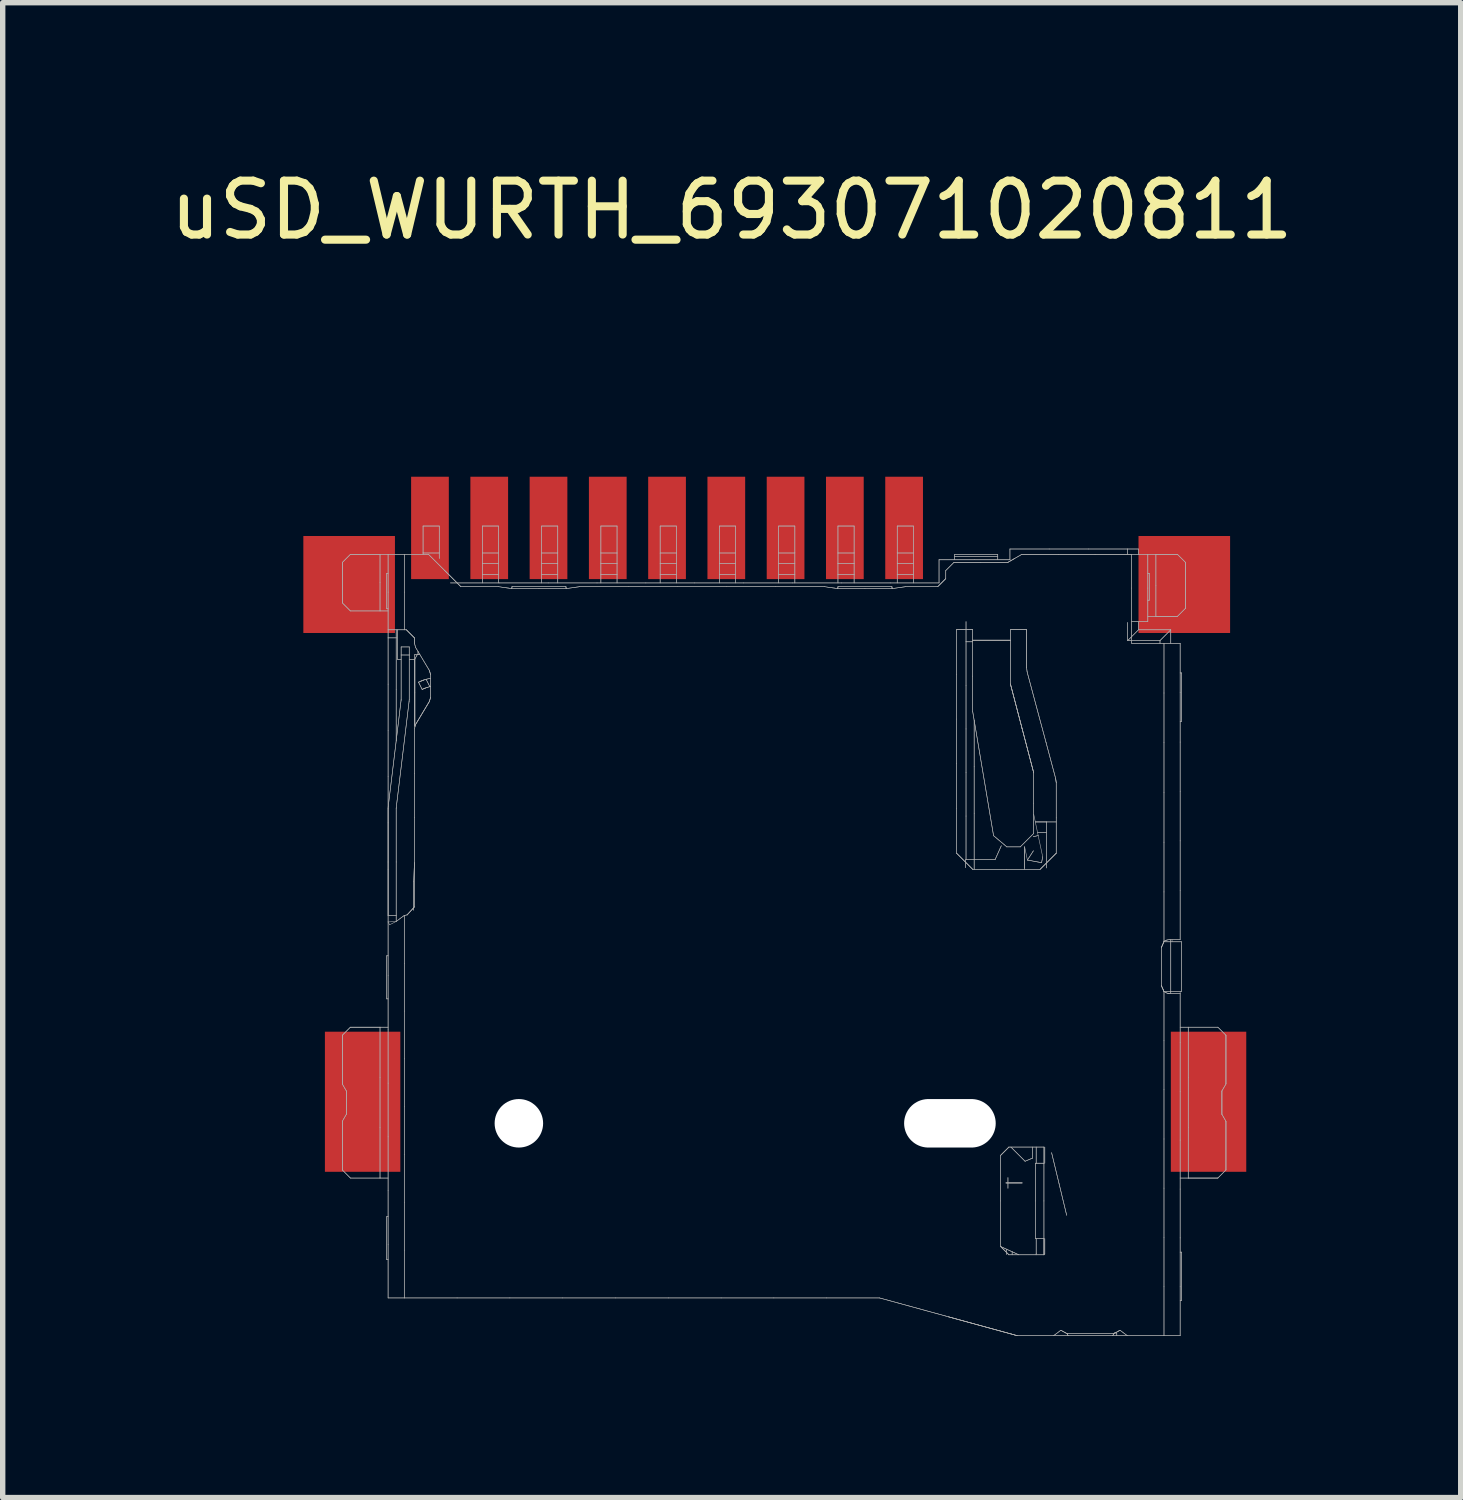
<source format=kicad_pcb>
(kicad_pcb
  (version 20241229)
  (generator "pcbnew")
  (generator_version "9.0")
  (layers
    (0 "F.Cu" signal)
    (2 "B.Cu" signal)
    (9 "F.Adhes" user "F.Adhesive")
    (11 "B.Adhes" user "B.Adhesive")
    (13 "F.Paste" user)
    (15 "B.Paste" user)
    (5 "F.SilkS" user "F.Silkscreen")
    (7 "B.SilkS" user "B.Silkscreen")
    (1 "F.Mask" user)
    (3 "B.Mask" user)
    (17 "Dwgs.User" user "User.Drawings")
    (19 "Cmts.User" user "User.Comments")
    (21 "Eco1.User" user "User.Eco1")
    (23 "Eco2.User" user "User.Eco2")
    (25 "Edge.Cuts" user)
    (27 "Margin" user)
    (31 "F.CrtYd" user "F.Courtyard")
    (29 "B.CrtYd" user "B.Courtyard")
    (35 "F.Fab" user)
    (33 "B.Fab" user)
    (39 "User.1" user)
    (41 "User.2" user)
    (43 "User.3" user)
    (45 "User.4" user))
  (footprint "uSD_WURTH_693071020811"
    (layer "F.Cu")
    (at 11.53 6.748)
    (property "Reference" "uSD_WURTH_693071020811" (at -1 -5.9 0) (layer "F.SilkS") (effects (font (size 1 1) (thickness 0.15))))
    (attr through_hole)
    (fp_line (start -8.227 0.641) (end -8.227 1.391) (stroke (width 0.01) (type solid)) (layer "F.Fab"))
    (fp_line (start -8.227 0.641) (end -8.227 1.391) (stroke (width 0.01) (type solid)) (layer "F.Fab"))
    (fp_line (start -8.227 0.641) (end -8.077 0.491) (stroke (width 0.01) (type solid)) (layer "F.Fab"))
    (fp_line (start -8.227 1.391) (end -8.227 0.641) (stroke (width 0.01) (type solid)) (layer "F.Fab"))
    (fp_line (start -8.227 1.391) (end -8.077 1.541) (stroke (width 0.01) (type solid)) (layer "F.Fab"))
    (fp_line (start -8.227 9.416) (end -8.227 10.32) (stroke (width 0.01) (type solid)) (layer "F.Fab"))
    (fp_line (start -8.227 9.416) (end -8.227 10.32) (stroke (width 0.01) (type solid)) (layer "F.Fab"))
    (fp_line (start -8.227 9.416) (end -8.077 9.266) (stroke (width 0.01) (type solid)) (layer "F.Fab"))
    (fp_line (start -8.227 10.32) (end -8.227 9.416) (stroke (width 0.01) (type solid)) (layer "F.Fab"))
    (fp_line (start -8.227 10.32) (end -8.152 10.45) (stroke (width 0.01) (type solid)) (layer "F.Fab"))
    (fp_line (start -8.227 11.013) (end -8.227 11.916) (stroke (width 0.01) (type solid)) (layer "F.Fab"))
    (fp_line (start -8.227 11.013) (end -8.227 11.916) (stroke (width 0.01) (type solid)) (layer "F.Fab"))
    (fp_line (start -8.227 11.013) (end -8.152 10.883) (stroke (width 0.01) (type solid)) (layer "F.Fab"))
    (fp_line (start -8.227 11.916) (end -8.227 11.013) (stroke (width 0.01) (type solid)) (layer "F.Fab"))
    (fp_line (start -8.227 11.916) (end -8.077 12.066) (stroke (width 0.01) (type solid)) (layer "F.Fab"))
    (fp_line (start -8.152 10.45) (end -8.227 10.32) (stroke (width 0.01) (type solid)) (layer "F.Fab"))
    (fp_line (start -8.152 10.45) (end -8.152 10.883) (stroke (width 0.01) (type solid)) (layer "F.Fab"))
    (fp_line (start -8.152 10.45) (end -8.152 10.883) (stroke (width 0.01) (type solid)) (layer "F.Fab"))
    (fp_line (start -8.152 10.883) (end -8.227 11.013) (stroke (width 0.01) (type solid)) (layer "F.Fab"))
    (fp_line (start -8.152 10.883) (end -8.152 10.45) (stroke (width 0.01) (type solid)) (layer "F.Fab"))
    (fp_line (start -8.077 0.491) (end -8.227 0.641) (stroke (width 0.01) (type solid)) (layer "F.Fab"))
    (fp_line (start -8.077 0.491) (end -7.527 0.491) (stroke (width 0.01) (type solid)) (layer "F.Fab"))
    (fp_line (start -8.077 1.541) (end -8.227 1.391) (stroke (width 0.01) (type solid)) (layer "F.Fab"))
    (fp_line (start -8.077 1.541) (end -7.527 1.541) (stroke (width 0.01) (type solid)) (layer "F.Fab"))
    (fp_line (start -8.077 9.266) (end -8.227 9.416) (stroke (width 0.01) (type solid)) (layer "F.Fab"))
    (fp_line (start -8.077 9.266) (end -7.527 9.266) (stroke (width 0.01) (type solid)) (layer "F.Fab"))
    (fp_line (start -8.077 12.066) (end -8.227 11.916) (stroke (width 0.01) (type solid)) (layer "F.Fab"))
    (fp_line (start -8.077 12.066) (end -7.527 12.066) (stroke (width 0.01) (type solid)) (layer "F.Fab"))
    (fp_line (start -7.527 0.491) (end -8.077 0.491) (stroke (width 0.01) (type solid)) (layer "F.Fab"))
    (fp_line (start -7.527 0.491) (end -8.077 0.491) (stroke (width 0.01) (type solid)) (layer "F.Fab"))
    (fp_line (start -7.527 0.491) (end -7.527 1.016) (stroke (width 0.01) (type solid)) (layer "F.Fab"))
    (fp_line (start -7.527 0.491) (end -7.377 0.491) (stroke (width 0.01) (type solid)) (layer "F.Fab"))
    (fp_line (start -7.527 1.016) (end -7.527 0.491) (stroke (width 0.01) (type solid)) (layer "F.Fab"))
    (fp_line (start -7.527 1.016) (end -7.527 1.541) (stroke (width 0.01) (type solid)) (layer "F.Fab"))
    (fp_line (start -7.527 1.541) (end -8.077 1.541) (stroke (width 0.01) (type solid)) (layer "F.Fab"))
    (fp_line (start -7.527 1.541) (end -7.527 1.016) (stroke (width 0.01) (type solid)) (layer "F.Fab"))
    (fp_line (start -7.527 1.541) (end -7.377 1.541) (stroke (width 0.01) (type solid)) (layer "F.Fab"))
    (fp_line (start -7.527 9.266) (end -8.077 9.266) (stroke (width 0.01) (type solid)) (layer "F.Fab"))
    (fp_line (start -7.527 9.266) (end -8.077 9.266) (stroke (width 0.01) (type solid)) (layer "F.Fab"))
    (fp_line (start -7.527 9.266) (end -7.527 10.199) (stroke (width 0.01) (type solid)) (layer "F.Fab"))
    (fp_line (start -7.527 9.266) (end -7.377 9.266) (stroke (width 0.01) (type solid)) (layer "F.Fab"))
    (fp_line (start -7.527 10.199) (end -7.527 9.266) (stroke (width 0.01) (type solid)) (layer "F.Fab"))
    (fp_line (start -7.527 10.199) (end -7.527 11.133) (stroke (width 0.01) (type solid)) (layer "F.Fab"))
    (fp_line (start -7.527 11.133) (end -7.527 10.199) (stroke (width 0.01) (type solid)) (layer "F.Fab"))
    (fp_line (start -7.527 11.133) (end -7.527 12.066) (stroke (width 0.01) (type solid)) (layer "F.Fab"))
    (fp_line (start -7.527 12.066) (end -8.077 12.066) (stroke (width 0.01) (type solid)) (layer "F.Fab"))
    (fp_line (start -7.527 12.066) (end -7.527 11.133) (stroke (width 0.01) (type solid)) (layer "F.Fab"))
    (fp_line (start -7.527 12.066) (end -7.377 12.066) (stroke (width 0.01) (type solid)) (layer "F.Fab"))
    (fp_line (start -7.402 0.841) (end -7.402 1.501) (stroke (width 0.01) (type solid)) (layer "F.Fab"))
    (fp_line (start -7.402 0.841) (end -7.377 0.841) (stroke (width 0.01) (type solid)) (layer "F.Fab"))
    (fp_line (start -7.402 1.501) (end -7.402 0.841) (stroke (width 0.01) (type solid)) (layer "F.Fab"))
    (fp_line (start -7.402 1.501) (end -7.377 1.501) (stroke (width 0.01) (type solid)) (layer "F.Fab"))
    (fp_line (start -7.402 7.941) (end -7.402 8.741) (stroke (width 0.01) (type solid)) (layer "F.Fab"))
    (fp_line (start -7.402 7.941) (end -7.377 7.941) (stroke (width 0.01) (type solid)) (layer "F.Fab"))
    (fp_line (start -7.402 8.741) (end -7.402 7.941) (stroke (width 0.01) (type solid)) (layer "F.Fab"))
    (fp_line (start -7.402 8.741) (end -7.377 8.741) (stroke (width 0.01) (type solid)) (layer "F.Fab"))
    (fp_line (start -7.402 12.781) (end -7.402 13.581) (stroke (width 0.01) (type solid)) (layer "F.Fab"))
    (fp_line (start -7.402 12.781) (end -7.377 12.781) (stroke (width 0.01) (type solid)) (layer "F.Fab"))
    (fp_line (start -7.402 13.581) (end -7.402 12.781) (stroke (width 0.01) (type solid)) (layer "F.Fab"))
    (fp_line (start -7.402 13.581) (end -7.377 13.581) (stroke (width 0.01) (type solid)) (layer "F.Fab"))
    (fp_line (start -7.377 0.491) (end -7.527 0.491) (stroke (width 0.01) (type solid)) (layer "F.Fab"))
    (fp_line (start -7.377 0.491) (end -7.377 1.191) (stroke (width 0.01) (type solid)) (layer "F.Fab"))
    (fp_line (start -7.377 0.491) (end -7.077 0.491) (stroke (width 0.01) (type solid)) (layer "F.Fab"))
    (fp_line (start -7.377 0.841) (end -7.402 0.841) (stroke (width 0.01) (type solid)) (layer "F.Fab"))
    (fp_line (start -7.377 1.191) (end -7.377 0.491) (stroke (width 0.01) (type solid)) (layer "F.Fab"))
    (fp_line (start -7.377 1.191) (end -7.377 1.891) (stroke (width 0.01) (type solid)) (layer "F.Fab"))
    (fp_line (start -7.377 1.501) (end -7.402 1.501) (stroke (width 0.01) (type solid)) (layer "F.Fab"))
    (fp_line (start -7.377 1.541) (end -7.527 1.541) (stroke (width 0.01) (type solid)) (layer "F.Fab"))
    (fp_line (start -7.377 1.891) (end -7.377 1.191) (stroke (width 0.01) (type solid)) (layer "F.Fab"))
    (fp_line (start -7.377 1.891) (end -7.377 2.041) (stroke (width 0.01) (type solid)) (layer "F.Fab"))
    (fp_line (start -7.377 1.891) (end -7.077 1.891) (stroke (width 0.01) (type solid)) (layer "F.Fab"))
    (fp_line (start -7.377 2.041) (end -7.377 1.891) (stroke (width 0.01) (type solid)) (layer "F.Fab"))
    (fp_line (start -7.377 2.041) (end -7.377 2.899) (stroke (width 0.01) (type solid)) (layer "F.Fab"))
    (fp_line (start -7.377 2.041) (end -7.227 2.041) (stroke (width 0.01) (type solid)) (layer "F.Fab"))
    (fp_line (start -7.377 2.899) (end -7.377 2.041) (stroke (width 0.01) (type solid)) (layer "F.Fab"))
    (fp_line (start -7.377 2.899) (end -7.377 3.758) (stroke (width 0.01) (type solid)) (layer "F.Fab"))
    (fp_line (start -7.377 3.758) (end -7.377 2.899) (stroke (width 0.01) (type solid)) (layer "F.Fab"))
    (fp_line (start -7.377 3.758) (end -7.377 4.616) (stroke (width 0.01) (type solid)) (layer "F.Fab"))
    (fp_line (start -7.377 4.616) (end -7.377 3.758) (stroke (width 0.01) (type solid)) (layer "F.Fab"))
    (fp_line (start -7.377 4.616) (end -7.377 5.474) (stroke (width 0.01) (type solid)) (layer "F.Fab"))
    (fp_line (start -7.377 5.209) (end -7.377 6.2) (stroke (width 0.01) (type solid)) (layer "F.Fab"))
    (fp_line (start -7.377 5.209) (end -7.375 5.173) (stroke (width 0.01) (type solid)) (layer "F.Fab"))
    (fp_line (start -7.377 5.474) (end -7.377 4.616) (stroke (width 0.01) (type solid)) (layer "F.Fab"))
    (fp_line (start -7.377 5.474) (end -7.377 6.333) (stroke (width 0.01) (type solid)) (layer "F.Fab"))
    (fp_line (start -7.377 6.2) (end -7.377 5.209) (stroke (width 0.01) (type solid)) (layer "F.Fab"))
    (fp_line (start -7.377 6.2) (end -7.377 7.191) (stroke (width 0.01) (type solid)) (layer "F.Fab"))
    (fp_line (start -7.377 6.333) (end -7.377 5.474) (stroke (width 0.01) (type solid)) (layer "F.Fab"))
    (fp_line (start -7.377 6.333) (end -7.377 7.191) (stroke (width 0.01) (type solid)) (layer "F.Fab"))
    (fp_line (start -7.377 7.191) (end -7.377 6.2) (stroke (width 0.01) (type solid)) (layer "F.Fab"))
    (fp_line (start -7.377 7.191) (end -7.377 6.333) (stroke (width 0.01) (type solid)) (layer "F.Fab"))
    (fp_line (start -7.377 7.191) (end -7.377 7.313) (stroke (width 0.01) (type solid)) (layer "F.Fab"))
    (fp_line (start -7.377 7.191) (end -7.227 7.191) (stroke (width 0.01) (type solid)) (layer "F.Fab"))
    (fp_line (start -7.377 7.313) (end -7.377 7.191) (stroke (width 0.01) (type solid)) (layer "F.Fab"))
    (fp_line (start -7.377 7.313) (end -7.377 8.31) (stroke (width 0.01) (type solid)) (layer "F.Fab"))
    (fp_line (start -7.377 7.313) (end -7.35 7.366) (stroke (width 0.01) (type solid)) (layer "F.Fab"))
    (fp_line (start -7.377 7.941) (end -7.402 7.941) (stroke (width 0.01) (type solid)) (layer "F.Fab"))
    (fp_line (start -7.377 8.31) (end -7.377 7.313) (stroke (width 0.01) (type solid)) (layer "F.Fab"))
    (fp_line (start -7.377 8.31) (end -7.377 9.307) (stroke (width 0.01) (type solid)) (layer "F.Fab"))
    (fp_line (start -7.377 8.741) (end -7.402 8.741) (stroke (width 0.01) (type solid)) (layer "F.Fab"))
    (fp_line (start -7.377 9.266) (end -7.527 9.266) (stroke (width 0.01) (type solid)) (layer "F.Fab"))
    (fp_line (start -7.377 9.307) (end -7.377 8.31) (stroke (width 0.01) (type solid)) (layer "F.Fab"))
    (fp_line (start -7.377 9.307) (end -7.377 10.304) (stroke (width 0.01) (type solid)) (layer "F.Fab"))
    (fp_line (start -7.377 10.304) (end -7.377 9.307) (stroke (width 0.01) (type solid)) (layer "F.Fab"))
    (fp_line (start -7.377 10.304) (end -7.377 11.301) (stroke (width 0.01) (type solid)) (layer "F.Fab"))
    (fp_line (start -7.377 11.301) (end -7.377 10.304) (stroke (width 0.01) (type solid)) (layer "F.Fab"))
    (fp_line (start -7.377 11.301) (end -7.377 12.297) (stroke (width 0.01) (type solid)) (layer "F.Fab"))
    (fp_line (start -7.377 12.066) (end -7.527 12.066) (stroke (width 0.01) (type solid)) (layer "F.Fab"))
    (fp_line (start -7.377 12.297) (end -7.377 11.301) (stroke (width 0.01) (type solid)) (layer "F.Fab"))
    (fp_line (start -7.377 12.297) (end -7.377 13.294) (stroke (width 0.01) (type solid)) (layer "F.Fab"))
    (fp_line (start -7.377 12.781) (end -7.402 12.781) (stroke (width 0.01) (type solid)) (layer "F.Fab"))
    (fp_line (start -7.377 13.294) (end -7.377 12.297) (stroke (width 0.01) (type solid)) (layer "F.Fab"))
    (fp_line (start -7.377 13.294) (end -7.377 14.291) (stroke (width 0.01) (type solid)) (layer "F.Fab"))
    (fp_line (start -7.377 13.581) (end -7.402 13.581) (stroke (width 0.01) (type solid)) (layer "F.Fab"))
    (fp_line (start -7.377 14.291) (end -7.377 13.294) (stroke (width 0.01) (type solid)) (layer "F.Fab"))
    (fp_line (start -7.377 14.291) (end -7.077 14.291) (stroke (width 0.01) (type solid)) (layer "F.Fab"))
    (fp_line (start -7.375 5.173) (end -7.377 5.209) (stroke (width 0.01) (type solid)) (layer "F.Fab"))
    (fp_line (start -7.375 5.173) (end -7.255 4.185) (stroke (width 0.01) (type solid)) (layer "F.Fab"))
    (fp_line (start -7.35 7.366) (end -7.227 7.303) (stroke (width 0.01) (type solid)) (layer "F.Fab"))
    (fp_line (start -7.255 4.185) (end -7.375 5.173) (stroke (width 0.01) (type solid)) (layer "F.Fab"))
    (fp_line (start -7.255 4.185) (end -7.136 3.197) (stroke (width 0.01) (type solid)) (layer "F.Fab"))
    (fp_line (start -7.227 1.891) (end -7.227 2.041) (stroke (width 0.01) (type solid)) (layer "F.Fab"))
    (fp_line (start -7.227 2.041) (end -7.377 2.041) (stroke (width 0.01) (type solid)) (layer "F.Fab"))
    (fp_line (start -7.227 2.041) (end -7.227 1.891) (stroke (width 0.01) (type solid)) (layer "F.Fab"))
    (fp_line (start -7.227 2.041) (end -7.227 2.997) (stroke (width 0.01) (type solid)) (layer "F.Fab"))
    (fp_line (start -7.227 2.997) (end -7.227 2.041) (stroke (width 0.01) (type solid)) (layer "F.Fab"))
    (fp_line (start -7.227 2.997) (end -7.227 3.953) (stroke (width 0.01) (type solid)) (layer "F.Fab"))
    (fp_line (start -7.227 3.953) (end -7.227 2.997) (stroke (width 0.01) (type solid)) (layer "F.Fab"))
    (fp_line (start -7.227 5.209) (end -7.227 6.2) (stroke (width 0.01) (type solid)) (layer "F.Fab"))
    (fp_line (start -7.227 5.209) (end -7.226 5.191) (stroke (width 0.01) (type solid)) (layer "F.Fab"))
    (fp_line (start -7.227 6.2) (end -7.227 5.209) (stroke (width 0.01) (type solid)) (layer "F.Fab"))
    (fp_line (start -7.227 6.2) (end -7.227 7.191) (stroke (width 0.01) (type solid)) (layer "F.Fab"))
    (fp_line (start -7.227 7.191) (end -7.377 7.191) (stroke (width 0.01) (type solid)) (layer "F.Fab"))
    (fp_line (start -7.227 7.191) (end -7.227 6.2) (stroke (width 0.01) (type solid)) (layer "F.Fab"))
    (fp_line (start -7.227 7.191) (end -7.227 7.303) (stroke (width 0.01) (type solid)) (layer "F.Fab"))
    (fp_line (start -7.227 7.303) (end -7.377 7.313) (stroke (width 0.01) (type solid)) (layer "F.Fab"))
    (fp_line (start -7.227 7.303) (end -7.227 7.191) (stroke (width 0.01) (type solid)) (layer "F.Fab"))
    (fp_line (start -7.227 7.303) (end -7.077 7.192) (stroke (width 0.01) (type solid)) (layer "F.Fab"))
    (fp_line (start -7.226 5.191) (end -7.227 5.209) (stroke (width 0.01) (type solid)) (layer "F.Fab"))
    (fp_line (start -7.226 5.191) (end -7.106 4.203) (stroke (width 0.01) (type solid)) (layer "F.Fab"))
    (fp_line (start -7.202 1.891) (end -7.202 2.441) (stroke (width 0.01) (type solid)) (layer "F.Fab"))
    (fp_line (start -7.202 2.441) (end -7.202 1.891) (stroke (width 0.01) (type solid)) (layer "F.Fab"))
    (fp_line (start -7.202 2.441) (end -7.135 2.441) (stroke (width 0.01) (type solid)) (layer "F.Fab"))
    (fp_line (start -7.136 3.197) (end -7.255 4.185) (stroke (width 0.01) (type solid)) (layer "F.Fab"))
    (fp_line (start -7.136 3.197) (end -7.135 3.179) (stroke (width 0.01) (type solid)) (layer "F.Fab"))
    (fp_line (start -7.135 2.209) (end -7.135 2.359) (stroke (width 0.01) (type solid)) (layer "F.Fab"))
    (fp_line (start -7.135 2.209) (end -6.985 2.209) (stroke (width 0.01) (type solid)) (layer "F.Fab"))
    (fp_line (start -7.135 2.359) (end -7.135 2.209) (stroke (width 0.01) (type solid)) (layer "F.Fab"))
    (fp_line (start -7.135 2.359) (end -7.135 3.179) (stroke (width 0.01) (type solid)) (layer "F.Fab"))
    (fp_line (start -7.135 2.359) (end -6.985 2.359) (stroke (width 0.01) (type solid)) (layer "F.Fab"))
    (fp_line (start -7.135 2.441) (end -7.202 2.441) (stroke (width 0.01) (type solid)) (layer "F.Fab"))
    (fp_line (start -7.135 3.179) (end -7.136 3.197) (stroke (width 0.01) (type solid)) (layer "F.Fab"))
    (fp_line (start -7.135 3.179) (end -7.135 2.359) (stroke (width 0.01) (type solid)) (layer "F.Fab"))
    (fp_line (start -7.106 4.203) (end -7.226 5.191) (stroke (width 0.01) (type solid)) (layer "F.Fab"))
    (fp_line (start -7.106 4.203) (end -6.987 3.215) (stroke (width 0.01) (type solid)) (layer "F.Fab"))
    (fp_line (start -7.077 0.491) (end -7.377 0.491) (stroke (width 0.01) (type solid)) (layer "F.Fab"))
    (fp_line (start -7.077 0.491) (end -7.077 1.191) (stroke (width 0.01) (type solid)) (layer "F.Fab"))
    (fp_line (start -7.077 0.491) (end -6.627 0.491) (stroke (width 0.01) (type solid)) (layer "F.Fab"))
    (fp_line (start -7.077 1.191) (end -7.077 0.491) (stroke (width 0.01) (type solid)) (layer "F.Fab"))
    (fp_line (start -7.077 1.191) (end -7.077 1.891) (stroke (width 0.01) (type solid)) (layer "F.Fab"))
    (fp_line (start -7.077 1.891) (end -7.377 1.891) (stroke (width 0.01) (type solid)) (layer "F.Fab"))
    (fp_line (start -7.077 1.891) (end -7.077 1.191) (stroke (width 0.01) (type solid)) (layer "F.Fab"))
    (fp_line (start -7.077 1.891) (end -7.038 1.891) (stroke (width 0.01) (type solid)) (layer "F.Fab"))
    (fp_line (start -7.077 7.192) (end -7.227 7.303) (stroke (width 0.01) (type solid)) (layer "F.Fab"))
    (fp_line (start -7.077 7.192) (end -7.077 8.08) (stroke (width 0.01) (type solid)) (layer "F.Fab"))
    (fp_line (start -7.077 7.192) (end -7.024 7.182) (stroke (width 0.01) (type solid)) (layer "F.Fab"))
    (fp_line (start -7.077 8.08) (end -7.077 7.192) (stroke (width 0.01) (type solid)) (layer "F.Fab"))
    (fp_line (start -7.077 8.08) (end -7.077 8.967) (stroke (width 0.01) (type solid)) (layer "F.Fab"))
    (fp_line (start -7.077 8.967) (end -7.077 8.08) (stroke (width 0.01) (type solid)) (layer "F.Fab"))
    (fp_line (start -7.077 8.967) (end -7.077 9.854) (stroke (width 0.01) (type solid)) (layer "F.Fab"))
    (fp_line (start -7.077 9.854) (end -7.077 8.967) (stroke (width 0.01) (type solid)) (layer "F.Fab"))
    (fp_line (start -7.077 9.854) (end -7.077 10.742) (stroke (width 0.01) (type solid)) (layer "F.Fab"))
    (fp_line (start -7.077 10.742) (end -7.077 9.854) (stroke (width 0.01) (type solid)) (layer "F.Fab"))
    (fp_line (start -7.077 10.742) (end -7.077 11.629) (stroke (width 0.01) (type solid)) (layer "F.Fab"))
    (fp_line (start -7.077 11.629) (end -7.077 10.742) (stroke (width 0.01) (type solid)) (layer "F.Fab"))
    (fp_line (start -7.077 11.629) (end -7.077 12.516) (stroke (width 0.01) (type solid)) (layer "F.Fab"))
    (fp_line (start -7.077 12.516) (end -7.077 11.629) (stroke (width 0.01) (type solid)) (layer "F.Fab"))
    (fp_line (start -7.077 12.516) (end -7.077 13.404) (stroke (width 0.01) (type solid)) (layer "F.Fab"))
    (fp_line (start -7.077 13.404) (end -7.077 12.516) (stroke (width 0.01) (type solid)) (layer "F.Fab"))
    (fp_line (start -7.077 13.404) (end -7.077 14.291) (stroke (width 0.01) (type solid)) (layer "F.Fab"))
    (fp_line (start -7.077 14.291) (end -7.377 14.291) (stroke (width 0.01) (type solid)) (layer "F.Fab"))
    (fp_line (start -7.077 14.291) (end -7.077 13.404) (stroke (width 0.01) (type solid)) (layer "F.Fab"))
    (fp_line (start -7.077 14.291) (end -6.097 14.291) (stroke (width 0.01) (type solid)) (layer "F.Fab"))
    (fp_line (start -7.038 1.891) (end -7.077 1.891) (stroke (width 0.01) (type solid)) (layer "F.Fab"))
    (fp_line (start -7.038 1.891) (end -6.888 2.041) (stroke (width 0.01) (type solid)) (layer "F.Fab"))
    (fp_line (start -7.038 1.891) (end -6.888 2.041) (stroke (width 0.01) (type solid)) (layer "F.Fab"))
    (fp_line (start -7.024 7.182) (end -7.077 7.192) (stroke (width 0.01) (type solid)) (layer "F.Fab"))
    (fp_line (start -7.024 7.182) (end -6.888 7.033) (stroke (width 0.01) (type solid)) (layer "F.Fab"))
    (fp_line (start -6.987 3.215) (end -7.106 4.203) (stroke (width 0.01) (type solid)) (layer "F.Fab"))
    (fp_line (start -6.987 3.215) (end -6.985 3.179) (stroke (width 0.01) (type solid)) (layer "F.Fab"))
    (fp_line (start -6.985 2.209) (end -7.135 2.209) (stroke (width 0.01) (type solid)) (layer "F.Fab"))
    (fp_line (start -6.985 2.209) (end -6.985 2.359) (stroke (width 0.01) (type solid)) (layer "F.Fab"))
    (fp_line (start -6.985 2.359) (end -7.135 2.359) (stroke (width 0.01) (type solid)) (layer "F.Fab"))
    (fp_line (start -6.985 2.359) (end -6.985 2.209) (stroke (width 0.01) (type solid)) (layer "F.Fab"))
    (fp_line (start -6.985 2.359) (end -6.985 3.179) (stroke (width 0.01) (type solid)) (layer "F.Fab"))
    (fp_line (start -6.985 2.441) (end -6.882 2.441) (stroke (width 0.01) (type solid)) (layer "F.Fab"))
    (fp_line (start -6.985 3.179) (end -6.987 3.215) (stroke (width 0.01) (type solid)) (layer "F.Fab"))
    (fp_line (start -6.985 3.179) (end -6.985 2.359) (stroke (width 0.01) (type solid)) (layer "F.Fab"))
    (fp_line (start -6.902 6.566) (end -6.902 7.095) (stroke (width 0.01) (type solid)) (layer "F.Fab"))
    (fp_line (start -6.902 6.566) (end -6.888 6.214) (stroke (width 0.01) (type solid)) (layer "F.Fab"))
    (fp_line (start -6.902 7.095) (end -6.902 6.566) (stroke (width 0.01) (type solid)) (layer "F.Fab"))
    (fp_line (start -6.888 2.041) (end -7.038 1.891) (stroke (width 0.01) (type solid)) (layer "F.Fab"))
    (fp_line (start -6.888 2.041) (end -6.888 2.14) (stroke (width 0.01) (type solid)) (layer "F.Fab"))
    (fp_line (start -6.888 2.041) (end -6.888 2.14) (stroke (width 0.01) (type solid)) (layer "F.Fab"))
    (fp_line (start -6.888 2.14) (end -6.888 2.041) (stroke (width 0.01) (type solid)) (layer "F.Fab"))
    (fp_line (start -6.888 2.14) (end -6.867 2.218) (stroke (width 0.01) (type solid)) (layer "F.Fab"))
    (fp_line (start -6.888 3.726) (end -6.888 4.553) (stroke (width 0.01) (type solid)) (layer "F.Fab"))
    (fp_line (start -6.888 3.726) (end -6.867 3.648) (stroke (width 0.01) (type solid)) (layer "F.Fab"))
    (fp_line (start -6.888 4.553) (end -6.888 3.726) (stroke (width 0.01) (type solid)) (layer "F.Fab"))
    (fp_line (start -6.888 4.553) (end -6.888 5.379) (stroke (width 0.01) (type solid)) (layer "F.Fab"))
    (fp_line (start -6.888 5.379) (end -6.888 4.553) (stroke (width 0.01) (type solid)) (layer "F.Fab"))
    (fp_line (start -6.888 5.379) (end -6.888 6.206) (stroke (width 0.01) (type solid)) (layer "F.Fab"))
    (fp_line (start -6.888 6.206) (end -6.888 5.379) (stroke (width 0.01) (type solid)) (layer "F.Fab"))
    (fp_line (start -6.888 6.206) (end -6.888 7.033) (stroke (width 0.01) (type solid)) (layer "F.Fab"))
    (fp_line (start -6.888 7.033) (end -7.024 7.182) (stroke (width 0.01) (type solid)) (layer "F.Fab"))
    (fp_line (start -6.888 7.033) (end -7.024 7.182) (stroke (width 0.01) (type solid)) (layer "F.Fab"))
    (fp_line (start -6.888 7.033) (end -6.888 6.206) (stroke (width 0.01) (type solid)) (layer "F.Fab"))
    (fp_line (start -6.888 6.214) (end -6.902 6.566) (stroke (width 0.01) (type solid)) (layer "F.Fab"))
    (fp_line (start -6.882 2.351) (end -6.882 2.441) (stroke (width 0.01) (type solid)) (layer "F.Fab"))
    (fp_line (start -6.882 2.351) (end -6.822 2.351) (stroke (width 0.01) (type solid)) (layer "F.Fab"))
    (fp_line (start -6.882 2.441) (end -6.985 2.441) (stroke (width 0.01) (type solid)) (layer "F.Fab"))
    (fp_line (start -6.882 2.441) (end -6.882 2.351) (stroke (width 0.01) (type solid)) (layer "F.Fab"))
    (fp_line (start -6.882 2.441) (end -6.882 3.063) (stroke (width 0.01) (type solid)) (layer "F.Fab"))
    (fp_line (start -6.882 3.063) (end -6.882 2.441) (stroke (width 0.01) (type solid)) (layer "F.Fab"))
    (fp_line (start -6.882 3.063) (end -6.882 3.684) (stroke (width 0.01) (type solid)) (layer "F.Fab"))
    (fp_line (start -6.882 3.684) (end -6.882 3.063) (stroke (width 0.01) (type solid)) (layer "F.Fab"))
    (fp_line (start -6.881 2.436) (end -6.881 3.057) (stroke (width 0.01) (type solid)) (layer "F.Fab"))
    (fp_line (start -6.881 2.436) (end -6.881 3.057) (stroke (width 0.01) (type solid)) (layer "F.Fab"))
    (fp_line (start -6.881 2.436) (end -6.835 2.351) (stroke (width 0.01) (type solid)) (layer "F.Fab"))
    (fp_line (start -6.881 3.057) (end -6.881 2.436) (stroke (width 0.01) (type solid)) (layer "F.Fab"))
    (fp_line (start -6.881 3.057) (end -6.881 3.679) (stroke (width 0.01) (type solid)) (layer "F.Fab"))
    (fp_line (start -6.881 3.057) (end -6.881 3.679) (stroke (width 0.01) (type solid)) (layer "F.Fab"))
    (fp_line (start -6.881 3.679) (end -6.881 3.057) (stroke (width 0.01) (type solid)) (layer "F.Fab"))
    (fp_line (start -6.867 2.218) (end -6.888 2.14) (stroke (width 0.01) (type solid)) (layer "F.Fab"))
    (fp_line (start -6.867 2.218) (end -6.61 2.647) (stroke (width 0.01) (type solid)) (layer "F.Fab"))
    (fp_line (start -6.867 3.648) (end -6.888 3.726) (stroke (width 0.01) (type solid)) (layer "F.Fab"))
    (fp_line (start -6.867 3.648) (end -6.61 3.219) (stroke (width 0.01) (type solid)) (layer "F.Fab"))
    (fp_line (start -6.835 2.351) (end -6.881 2.436) (stroke (width 0.01) (type solid)) (layer "F.Fab"))
    (fp_line (start -6.822 2.292) (end -6.822 2.351) (stroke (width 0.01) (type solid)) (layer "F.Fab"))
    (fp_line (start -6.822 2.351) (end -6.882 2.351) (stroke (width 0.01) (type solid)) (layer "F.Fab"))
    (fp_line (start -6.822 2.351) (end -6.822 2.292) (stroke (width 0.01) (type solid)) (layer "F.Fab"))
    (fp_line (start -6.822 2.351) (end -6.787 2.351) (stroke (width 0.01) (type solid)) (layer "F.Fab"))
    (fp_line (start -6.812 2.864) (end -6.805 2.86) (stroke (width 0.01) (type solid)) (layer "F.Fab"))
    (fp_line (start -6.812 2.864) (end -6.745 2.998) (stroke (width 0.01) (type solid)) (layer "F.Fab"))
    (fp_line (start -6.805 2.86) (end -6.812 2.864) (stroke (width 0.01) (type solid)) (layer "F.Fab"))
    (fp_line (start -6.805 2.86) (end -6.782 2.85) (stroke (width 0.01) (type solid)) (layer "F.Fab"))
    (fp_line (start -6.797 2.856) (end -6.806 2.861) (stroke (width 0.01) (type solid)) (layer "F.Fab"))
    (fp_line (start -6.787 2.351) (end -6.822 2.351) (stroke (width 0.01) (type solid)) (layer "F.Fab"))
    (fp_line (start -6.782 2.85) (end -6.805 2.86) (stroke (width 0.01) (type solid)) (layer "F.Fab"))
    (fp_line (start -6.782 2.85) (end -6.748 2.835) (stroke (width 0.01) (type solid)) (layer "F.Fab"))
    (fp_line (start -6.775 2.846) (end -6.76 2.84) (stroke (width 0.01) (type solid)) (layer "F.Fab"))
    (fp_line (start -6.76 2.84) (end -6.775 2.846) (stroke (width 0.01) (type solid)) (layer "F.Fab"))
    (fp_line (start -6.755 2.838) (end -6.76 2.84) (stroke (width 0.01) (type solid)) (layer "F.Fab"))
    (fp_line (start -6.748 2.835) (end -6.782 2.85) (stroke (width 0.01) (type solid)) (layer "F.Fab"))
    (fp_line (start -6.748 2.835) (end -6.704 2.819) (stroke (width 0.01) (type solid)) (layer "F.Fab"))
    (fp_line (start -6.745 2.998) (end -6.812 2.864) (stroke (width 0.01) (type solid)) (layer "F.Fab"))
    (fp_line (start -6.745 2.998) (end -6.741 2.996) (stroke (width 0.01) (type solid)) (layer "F.Fab"))
    (fp_line (start -6.741 2.996) (end -6.745 2.998) (stroke (width 0.01) (type solid)) (layer "F.Fab"))
    (fp_line (start -6.741 2.996) (end -6.723 2.987) (stroke (width 0.01) (type solid)) (layer "F.Fab"))
    (fp_line (start -6.739 2.995) (end -6.737 2.994) (stroke (width 0.01) (type solid)) (layer "F.Fab"))
    (fp_line (start -6.737 2.994) (end -6.73 2.99) (stroke (width 0.01) (type solid)) (layer "F.Fab"))
    (fp_line (start -6.735 2.83) (end -6.719 2.824) (stroke (width 0.01) (type solid)) (layer "F.Fab"))
    (fp_line (start -6.729 2.99) (end -6.737 2.994) (stroke (width 0.01) (type solid)) (layer "F.Fab"))
    (fp_line (start -6.728 -0.035) (end -6.728 0.465) (stroke (width 0.01) (type solid)) (layer "F.Fab"))
    (fp_line (start -6.728 -0.035) (end -6.428 -0.035) (stroke (width 0.01) (type solid)) (layer "F.Fab"))
    (fp_line (start -6.728 0.465) (end -6.728 -0.035) (stroke (width 0.01) (type solid)) (layer "F.Fab"))
    (fp_line (start -6.728 0.465) (end -6.728 0.491) (stroke (width 0.01) (type solid)) (layer "F.Fab"))
    (fp_line (start -6.728 0.465) (end -6.428 0.465) (stroke (width 0.01) (type solid)) (layer "F.Fab"))
    (fp_line (start -6.728 0.491) (end -6.728 0.465) (stroke (width 0.01) (type solid)) (layer "F.Fab"))
    (fp_line (start -6.723 2.987) (end -6.741 2.996) (stroke (width 0.01) (type solid)) (layer "F.Fab"))
    (fp_line (start -6.723 2.987) (end -6.692 2.974) (stroke (width 0.01) (type solid)) (layer "F.Fab"))
    (fp_line (start -6.719 2.824) (end -6.735 2.83) (stroke (width 0.01) (type solid)) (layer "F.Fab"))
    (fp_line (start -6.712 2.822) (end -6.719 2.824) (stroke (width 0.01) (type solid)) (layer "F.Fab"))
    (fp_line (start -6.707 2.981) (end -6.687 2.972) (stroke (width 0.01) (type solid)) (layer "F.Fab"))
    (fp_line (start -6.704 2.819) (end -6.748 2.835) (stroke (width 0.01) (type solid)) (layer "F.Fab"))
    (fp_line (start -6.704 2.819) (end -6.672 2.809) (stroke (width 0.01) (type solid)) (layer "F.Fab"))
    (fp_line (start -6.692 2.974) (end -6.723 2.987) (stroke (width 0.01) (type solid)) (layer "F.Fab"))
    (fp_line (start -6.692 2.974) (end -6.65 2.959) (stroke (width 0.01) (type solid)) (layer "F.Fab"))
    (fp_line (start -6.687 2.972) (end -6.715 2.984) (stroke (width 0.01) (type solid)) (layer "F.Fab"))
    (fp_line (start -6.672 2.809) (end -6.704 2.819) (stroke (width 0.01) (type solid)) (layer "F.Fab"))
    (fp_line (start -6.672 2.809) (end -6.602 2.947) (stroke (width 0.01) (type solid)) (layer "F.Fab"))
    (fp_line (start -6.672 2.809) (end -6.588 2.791) (stroke (width 0.01) (type solid)) (layer "F.Fab"))
    (fp_line (start -6.666 2.965) (end -6.644 2.957) (stroke (width 0.01) (type solid)) (layer "F.Fab"))
    (fp_line (start -6.65 2.959) (end -6.692 2.974) (stroke (width 0.01) (type solid)) (layer "F.Fab"))
    (fp_line (start -6.65 2.959) (end -6.602 2.947) (stroke (width 0.01) (type solid)) (layer "F.Fab"))
    (fp_line (start -6.627 0.491) (end -7.077 0.491) (stroke (width 0.01) (type solid)) (layer "F.Fab"))
    (fp_line (start -6.627 0.491) (end -6.327 0.791) (stroke (width 0.01) (type solid)) (layer "F.Fab"))
    (fp_line (start -6.61 2.647) (end -6.867 2.218) (stroke (width 0.01) (type solid)) (layer "F.Fab"))
    (fp_line (start -6.61 2.647) (end -6.588 2.725) (stroke (width 0.01) (type solid)) (layer "F.Fab"))
    (fp_line (start -6.61 2.647) (end -6.588 2.725) (stroke (width 0.01) (type solid)) (layer "F.Fab"))
    (fp_line (start -6.61 3.219) (end -6.867 3.648) (stroke (width 0.01) (type solid)) (layer "F.Fab"))
    (fp_line (start -6.61 3.219) (end -6.867 3.648) (stroke (width 0.01) (type solid)) (layer "F.Fab"))
    (fp_line (start -6.61 3.219) (end -6.588 3.142) (stroke (width 0.01) (type solid)) (layer "F.Fab"))
    (fp_line (start -6.602 2.947) (end -6.672 2.809) (stroke (width 0.01) (type solid)) (layer "F.Fab"))
    (fp_line (start -6.602 2.947) (end -6.65 2.959) (stroke (width 0.01) (type solid)) (layer "F.Fab"))
    (fp_line (start -6.602 2.947) (end -6.588 2.944) (stroke (width 0.01) (type solid)) (layer "F.Fab"))
    (fp_line (start -6.602 2.947) (end -6.588 2.944) (stroke (width 0.01) (type solid)) (layer "F.Fab"))
    (fp_line (start -6.588 2.725) (end -6.61 2.647) (stroke (width 0.01) (type solid)) (layer "F.Fab"))
    (fp_line (start -6.588 2.725) (end -6.588 3.142) (stroke (width 0.01) (type solid)) (layer "F.Fab"))
    (fp_line (start -6.588 2.791) (end -6.672 2.809) (stroke (width 0.01) (type solid)) (layer "F.Fab"))
    (fp_line (start -6.588 2.944) (end -6.602 2.947) (stroke (width 0.01) (type solid)) (layer "F.Fab"))
    (fp_line (start -6.588 2.944) (end -6.602 2.947) (stroke (width 0.01) (type solid)) (layer "F.Fab"))
    (fp_line (start -6.588 3.142) (end -6.61 3.219) (stroke (width 0.01) (type solid)) (layer "F.Fab"))
    (fp_line (start -6.588 3.142) (end -6.61 3.219) (stroke (width 0.01) (type solid)) (layer "F.Fab"))
    (fp_line (start -6.588 3.142) (end -6.588 2.725) (stroke (width 0.01) (type solid)) (layer "F.Fab"))
    (fp_line (start -6.428 -0.035) (end -6.728 -0.035) (stroke (width 0.01) (type solid)) (layer "F.Fab"))
    (fp_line (start -6.428 -0.035) (end -6.428 0.465) (stroke (width 0.01) (type solid)) (layer "F.Fab"))
    (fp_line (start -6.428 0.465) (end -6.728 0.465) (stroke (width 0.01) (type solid)) (layer "F.Fab"))
    (fp_line (start -6.428 0.465) (end -6.428 -0.035) (stroke (width 0.01) (type solid)) (layer "F.Fab"))
    (fp_line (start -6.428 0.465) (end -6.428 0.567) (stroke (width 0.01) (type solid)) (layer "F.Fab"))
    (fp_line (start -6.428 0.567) (end -6.428 0.465) (stroke (width 0.01) (type solid)) (layer "F.Fab"))
    (fp_line (start -6.327 0.791) (end -6.627 0.491) (stroke (width 0.01) (type solid)) (layer "F.Fab"))
    (fp_line (start -6.327 0.791) (end -6.027 1.091) (stroke (width 0.01) (type solid)) (layer "F.Fab"))
    (fp_line (start -6.22 1.021) (end -5.313 1.021) (stroke (width 0.01) (type solid)) (layer "F.Fab"))
    (fp_line (start -6.097 14.291) (end -7.077 14.291) (stroke (width 0.01) (type solid)) (layer "F.Fab"))
    (fp_line (start -6.097 14.291) (end -5.117 14.291) (stroke (width 0.01) (type solid)) (layer "F.Fab"))
    (fp_line (start -6.027 1.091) (end -6.327 0.791) (stroke (width 0.01) (type solid)) (layer "F.Fab"))
    (fp_line (start -6.027 1.091) (end -6.327 0.791) (stroke (width 0.01) (type solid)) (layer "F.Fab"))
    (fp_line (start -6.027 1.091) (end -5.327 1.091) (stroke (width 0.01) (type solid)) (layer "F.Fab"))
    (fp_line (start -5.628 -0.035) (end -5.628 0.465) (stroke (width 0.01) (type solid)) (layer "F.Fab"))
    (fp_line (start -5.628 -0.035) (end -5.328 -0.035) (stroke (width 0.01) (type solid)) (layer "F.Fab"))
    (fp_line (start -5.628 0.465) (end -5.628 -0.035) (stroke (width 0.01) (type solid)) (layer "F.Fab"))
    (fp_line (start -5.628 0.465) (end -5.628 0.662) (stroke (width 0.01) (type solid)) (layer "F.Fab"))
    (fp_line (start -5.628 0.465) (end -5.328 0.465) (stroke (width 0.01) (type solid)) (layer "F.Fab"))
    (fp_line (start -5.628 0.662) (end -5.628 0.465) (stroke (width 0.01) (type solid)) (layer "F.Fab"))
    (fp_line (start -5.628 0.662) (end -5.628 0.865) (stroke (width 0.01) (type solid)) (layer "F.Fab"))
    (fp_line (start -5.628 0.662) (end -5.328 0.662) (stroke (width 0.01) (type solid)) (layer "F.Fab"))
    (fp_line (start -5.628 0.865) (end -5.628 0.662) (stroke (width 0.01) (type solid)) (layer "F.Fab"))
    (fp_line (start -5.628 0.865) (end -5.628 1.021) (stroke (width 0.01) (type solid)) (layer "F.Fab"))
    (fp_line (start -5.628 0.865) (end -5.328 0.865) (stroke (width 0.01) (type solid)) (layer "F.Fab"))
    (fp_line (start -5.628 1.021) (end -5.628 0.865) (stroke (width 0.01) (type solid)) (layer "F.Fab"))
    (fp_line (start -5.328 -0.035) (end -5.628 -0.035) (stroke (width 0.01) (type solid)) (layer "F.Fab"))
    (fp_line (start -5.328 -0.035) (end -5.328 0.465) (stroke (width 0.01) (type solid)) (layer "F.Fab"))
    (fp_line (start -5.328 0.465) (end -5.628 0.465) (stroke (width 0.01) (type solid)) (layer "F.Fab"))
    (fp_line (start -5.328 0.465) (end -5.328 -0.035) (stroke (width 0.01) (type solid)) (layer "F.Fab"))
    (fp_line (start -5.328 0.465) (end -5.328 0.662) (stroke (width 0.01) (type solid)) (layer "F.Fab"))
    (fp_line (start -5.328 0.662) (end -5.628 0.662) (stroke (width 0.01) (type solid)) (layer "F.Fab"))
    (fp_line (start -5.328 0.662) (end -5.328 0.465) (stroke (width 0.01) (type solid)) (layer "F.Fab"))
    (fp_line (start -5.328 0.662) (end -5.328 0.865) (stroke (width 0.01) (type solid)) (layer "F.Fab"))
    (fp_line (start -5.328 0.865) (end -5.628 0.865) (stroke (width 0.01) (type solid)) (layer "F.Fab"))
    (fp_line (start -5.328 0.865) (end -5.328 0.662) (stroke (width 0.01) (type solid)) (layer "F.Fab"))
    (fp_line (start -5.328 0.865) (end -5.328 1.021) (stroke (width 0.01) (type solid)) (layer "F.Fab"))
    (fp_line (start -5.328 1.021) (end -5.328 0.865) (stroke (width 0.01) (type solid)) (layer "F.Fab"))
    (fp_line (start -5.327 1.091) (end -6.027 1.091) (stroke (width 0.01) (type solid)) (layer "F.Fab"))
    (fp_line (start -5.327 1.091) (end -5.082 1.126) (stroke (width 0.01) (type solid)) (layer "F.Fab"))
    (fp_line (start -5.313 1.021) (end -6.22 1.021) (stroke (width 0.01) (type solid)) (layer "F.Fab"))
    (fp_line (start -5.313 1.021) (end -4.406 1.021) (stroke (width 0.01) (type solid)) (layer "F.Fab"))
    (fp_line (start -5.117 14.291) (end -6.097 14.291) (stroke (width 0.01) (type solid)) (layer "F.Fab"))
    (fp_line (start -5.117 14.291) (end -4.137 14.291) (stroke (width 0.01) (type solid)) (layer "F.Fab"))
    (fp_line (start -5.082 1.126) (end -5.327 1.091) (stroke (width 0.01) (type solid)) (layer "F.Fab"))
    (fp_line (start -5.082 1.126) (end -5.077 1.091) (stroke (width 0.01) (type solid)) (layer "F.Fab"))
    (fp_line (start -5.082 1.126) (end -4.577 1.126) (stroke (width 0.01) (type solid)) (layer "F.Fab"))
    (fp_line (start -5.077 1.091) (end -5.082 1.126) (stroke (width 0.01) (type solid)) (layer "F.Fab"))
    (fp_line (start -5.077 1.091) (end -5.082 1.126) (stroke (width 0.01) (type solid)) (layer "F.Fab"))
    (fp_line (start -5.077 1.091) (end -4.077 1.091) (stroke (width 0.01) (type solid)) (layer "F.Fab"))
    (fp_line (start -4.577 1.126) (end -5.082 1.126) (stroke (width 0.01) (type solid)) (layer "F.Fab"))
    (fp_line (start -4.577 1.126) (end -4.072 1.126) (stroke (width 0.01) (type solid)) (layer "F.Fab"))
    (fp_line (start -4.528 -0.035) (end -4.528 0.465) (stroke (width 0.01) (type solid)) (layer "F.Fab"))
    (fp_line (start -4.528 -0.035) (end -4.228 -0.035) (stroke (width 0.01) (type solid)) (layer "F.Fab"))
    (fp_line (start -4.528 0.465) (end -4.528 -0.035) (stroke (width 0.01) (type solid)) (layer "F.Fab"))
    (fp_line (start -4.528 0.465) (end -4.528 0.662) (stroke (width 0.01) (type solid)) (layer "F.Fab"))
    (fp_line (start -4.528 0.465) (end -4.228 0.465) (stroke (width 0.01) (type solid)) (layer "F.Fab"))
    (fp_line (start -4.528 0.662) (end -4.528 0.465) (stroke (width 0.01) (type solid)) (layer "F.Fab"))
    (fp_line (start -4.528 0.662) (end -4.528 0.865) (stroke (width 0.01) (type solid)) (layer "F.Fab"))
    (fp_line (start -4.528 0.662) (end -4.228 0.662) (stroke (width 0.01) (type solid)) (layer "F.Fab"))
    (fp_line (start -4.528 0.865) (end -4.528 0.662) (stroke (width 0.01) (type solid)) (layer "F.Fab"))
    (fp_line (start -4.528 0.865) (end -4.528 1.021) (stroke (width 0.01) (type solid)) (layer "F.Fab"))
    (fp_line (start -4.528 0.865) (end -4.228 0.865) (stroke (width 0.01) (type solid)) (layer "F.Fab"))
    (fp_line (start -4.528 1.021) (end -4.528 0.865) (stroke (width 0.01) (type solid)) (layer "F.Fab"))
    (fp_line (start -4.406 1.021) (end -5.313 1.021) (stroke (width 0.01) (type solid)) (layer "F.Fab"))
    (fp_line (start -4.406 1.021) (end -3.5 1.021) (stroke (width 0.01) (type solid)) (layer "F.Fab"))
    (fp_line (start -4.228 -0.035) (end -4.528 -0.035) (stroke (width 0.01) (type solid)) (layer "F.Fab"))
    (fp_line (start -4.228 -0.035) (end -4.228 0.465) (stroke (width 0.01) (type solid)) (layer "F.Fab"))
    (fp_line (start -4.228 0.465) (end -4.528 0.465) (stroke (width 0.01) (type solid)) (layer "F.Fab"))
    (fp_line (start -4.228 0.465) (end -4.228 -0.035) (stroke (width 0.01) (type solid)) (layer "F.Fab"))
    (fp_line (start -4.228 0.465) (end -4.228 0.662) (stroke (width 0.01) (type solid)) (layer "F.Fab"))
    (fp_line (start -4.228 0.662) (end -4.528 0.662) (stroke (width 0.01) (type solid)) (layer "F.Fab"))
    (fp_line (start -4.228 0.662) (end -4.228 0.465) (stroke (width 0.01) (type solid)) (layer "F.Fab"))
    (fp_line (start -4.228 0.662) (end -4.228 0.865) (stroke (width 0.01) (type solid)) (layer "F.Fab"))
    (fp_line (start -4.228 0.865) (end -4.528 0.865) (stroke (width 0.01) (type solid)) (layer "F.Fab"))
    (fp_line (start -4.228 0.865) (end -4.228 0.662) (stroke (width 0.01) (type solid)) (layer "F.Fab"))
    (fp_line (start -4.228 0.865) (end -4.228 1.021) (stroke (width 0.01) (type solid)) (layer "F.Fab"))
    (fp_line (start -4.228 1.021) (end -4.228 0.865) (stroke (width 0.01) (type solid)) (layer "F.Fab"))
    (fp_line (start -4.137 14.291) (end -5.117 14.291) (stroke (width 0.01) (type solid)) (layer "F.Fab"))
    (fp_line (start -4.137 14.291) (end -3.157 14.291) (stroke (width 0.01) (type solid)) (layer "F.Fab"))
    (fp_line (start -4.077 1.091) (end -5.077 1.091) (stroke (width 0.01) (type solid)) (layer "F.Fab"))
    (fp_line (start -4.077 1.091) (end -4.072 1.126) (stroke (width 0.01) (type solid)) (layer "F.Fab"))
    (fp_line (start -4.072 1.126) (end -4.577 1.126) (stroke (width 0.01) (type solid)) (layer "F.Fab"))
    (fp_line (start -4.072 1.126) (end -4.077 1.091) (stroke (width 0.01) (type solid)) (layer "F.Fab"))
    (fp_line (start -4.072 1.126) (end -4.077 1.091) (stroke (width 0.01) (type solid)) (layer "F.Fab"))
    (fp_line (start -4.072 1.126) (end -3.827 1.091) (stroke (width 0.01) (type solid)) (layer "F.Fab"))
    (fp_line (start -3.827 1.091) (end -4.072 1.126) (stroke (width 0.01) (type solid)) (layer "F.Fab"))
    (fp_line (start -3.827 1.091) (end -2.917 1.091) (stroke (width 0.01) (type solid)) (layer "F.Fab"))
    (fp_line (start -3.5 1.021) (end -4.406 1.021) (stroke (width 0.01) (type solid)) (layer "F.Fab"))
    (fp_line (start -3.5 1.021) (end -2.593 1.021) (stroke (width 0.01) (type solid)) (layer "F.Fab"))
    (fp_line (start -3.428 -0.035) (end -3.428 0.465) (stroke (width 0.01) (type solid)) (layer "F.Fab"))
    (fp_line (start -3.428 -0.035) (end -3.128 -0.035) (stroke (width 0.01) (type solid)) (layer "F.Fab"))
    (fp_line (start -3.428 0.465) (end -3.428 -0.035) (stroke (width 0.01) (type solid)) (layer "F.Fab"))
    (fp_line (start -3.428 0.465) (end -3.428 0.662) (stroke (width 0.01) (type solid)) (layer "F.Fab"))
    (fp_line (start -3.428 0.465) (end -3.128 0.465) (stroke (width 0.01) (type solid)) (layer "F.Fab"))
    (fp_line (start -3.428 0.662) (end -3.428 0.465) (stroke (width 0.01) (type solid)) (layer "F.Fab"))
    (fp_line (start -3.428 0.662) (end -3.428 0.865) (stroke (width 0.01) (type solid)) (layer "F.Fab"))
    (fp_line (start -3.428 0.662) (end -3.128 0.662) (stroke (width 0.01) (type solid)) (layer "F.Fab"))
    (fp_line (start -3.428 0.865) (end -3.428 0.662) (stroke (width 0.01) (type solid)) (layer "F.Fab"))
    (fp_line (start -3.428 0.865) (end -3.428 1.021) (stroke (width 0.01) (type solid)) (layer "F.Fab"))
    (fp_line (start -3.428 0.865) (end -3.128 0.865) (stroke (width 0.01) (type solid)) (layer "F.Fab"))
    (fp_line (start -3.428 1.021) (end -3.428 0.865) (stroke (width 0.01) (type solid)) (layer "F.Fab"))
    (fp_line (start -3.157 14.291) (end -4.137 14.291) (stroke (width 0.01) (type solid)) (layer "F.Fab"))
    (fp_line (start -3.157 14.291) (end -2.177 14.291) (stroke (width 0.01) (type solid)) (layer "F.Fab"))
    (fp_line (start -3.128 -0.035) (end -3.428 -0.035) (stroke (width 0.01) (type solid)) (layer "F.Fab"))
    (fp_line (start -3.128 -0.035) (end -3.128 0.465) (stroke (width 0.01) (type solid)) (layer "F.Fab"))
    (fp_line (start -3.128 0.465) (end -3.428 0.465) (stroke (width 0.01) (type solid)) (layer "F.Fab"))
    (fp_line (start -3.128 0.465) (end -3.128 -0.035) (stroke (width 0.01) (type solid)) (layer "F.Fab"))
    (fp_line (start -3.128 0.465) (end -3.128 0.662) (stroke (width 0.01) (type solid)) (layer "F.Fab"))
    (fp_line (start -3.128 0.662) (end -3.428 0.662) (stroke (width 0.01) (type solid)) (layer "F.Fab"))
    (fp_line (start -3.128 0.662) (end -3.128 0.465) (stroke (width 0.01) (type solid)) (layer "F.Fab"))
    (fp_line (start -3.128 0.662) (end -3.128 0.865) (stroke (width 0.01) (type solid)) (layer "F.Fab"))
    (fp_line (start -3.128 0.865) (end -3.428 0.865) (stroke (width 0.01) (type solid)) (layer "F.Fab"))
    (fp_line (start -3.128 0.865) (end -3.128 0.662) (stroke (width 0.01) (type solid)) (layer "F.Fab"))
    (fp_line (start -3.128 0.865) (end -3.128 1.021) (stroke (width 0.01) (type solid)) (layer "F.Fab"))
    (fp_line (start -3.128 1.021) (end -3.128 0.865) (stroke (width 0.01) (type solid)) (layer "F.Fab"))
    (fp_line (start -2.917 1.091) (end -3.827 1.091) (stroke (width 0.01) (type solid)) (layer "F.Fab"))
    (fp_line (start -2.917 1.091) (end -2.007 1.091) (stroke (width 0.01) (type solid)) (layer "F.Fab"))
    (fp_line (start -2.593 1.021) (end -3.5 1.021) (stroke (width 0.01) (type solid)) (layer "F.Fab"))
    (fp_line (start -2.593 1.021) (end -1.686 1.021) (stroke (width 0.01) (type solid)) (layer "F.Fab"))
    (fp_line (start -2.328 -0.035) (end -2.328 0.465) (stroke (width 0.01) (type solid)) (layer "F.Fab"))
    (fp_line (start -2.328 -0.035) (end -2.028 -0.035) (stroke (width 0.01) (type solid)) (layer "F.Fab"))
    (fp_line (start -2.328 0.465) (end -2.328 -0.035) (stroke (width 0.01) (type solid)) (layer "F.Fab"))
    (fp_line (start -2.328 0.465) (end -2.328 0.662) (stroke (width 0.01) (type solid)) (layer "F.Fab"))
    (fp_line (start -2.328 0.465) (end -2.028 0.465) (stroke (width 0.01) (type solid)) (layer "F.Fab"))
    (fp_line (start -2.328 0.662) (end -2.328 0.465) (stroke (width 0.01) (type solid)) (layer "F.Fab"))
    (fp_line (start -2.328 0.662) (end -2.328 0.865) (stroke (width 0.01) (type solid)) (layer "F.Fab"))
    (fp_line (start -2.328 0.662) (end -2.028 0.662) (stroke (width 0.01) (type solid)) (layer "F.Fab"))
    (fp_line (start -2.328 0.865) (end -2.328 0.662) (stroke (width 0.01) (type solid)) (layer "F.Fab"))
    (fp_line (start -2.328 0.865) (end -2.328 1.021) (stroke (width 0.01) (type solid)) (layer "F.Fab"))
    (fp_line (start -2.328 0.865) (end -2.028 0.865) (stroke (width 0.01) (type solid)) (layer "F.Fab"))
    (fp_line (start -2.328 1.021) (end -2.328 0.865) (stroke (width 0.01) (type solid)) (layer "F.Fab"))
    (fp_line (start -2.177 14.291) (end -3.157 14.291) (stroke (width 0.01) (type solid)) (layer "F.Fab"))
    (fp_line (start -2.177 14.291) (end -1.197 14.291) (stroke (width 0.01) (type solid)) (layer "F.Fab"))
    (fp_line (start -2.028 -0.035) (end -2.328 -0.035) (stroke (width 0.01) (type solid)) (layer "F.Fab"))
    (fp_line (start -2.028 -0.035) (end -2.028 0.465) (stroke (width 0.01) (type solid)) (layer "F.Fab"))
    (fp_line (start -2.028 0.465) (end -2.328 0.465) (stroke (width 0.01) (type solid)) (layer "F.Fab"))
    (fp_line (start -2.028 0.465) (end -2.028 -0.035) (stroke (width 0.01) (type solid)) (layer "F.Fab"))
    (fp_line (start -2.028 0.465) (end -2.028 0.662) (stroke (width 0.01) (type solid)) (layer "F.Fab"))
    (fp_line (start -2.028 0.662) (end -2.328 0.662) (stroke (width 0.01) (type solid)) (layer "F.Fab"))
    (fp_line (start -2.028 0.662) (end -2.028 0.465) (stroke (width 0.01) (type solid)) (layer "F.Fab"))
    (fp_line (start -2.028 0.662) (end -2.028 0.865) (stroke (width 0.01) (type solid)) (layer "F.Fab"))
    (fp_line (start -2.028 0.865) (end -2.328 0.865) (stroke (width 0.01) (type solid)) (layer "F.Fab"))
    (fp_line (start -2.028 0.865) (end -2.028 0.662) (stroke (width 0.01) (type solid)) (layer "F.Fab"))
    (fp_line (start -2.028 0.865) (end -2.028 1.021) (stroke (width 0.01) (type solid)) (layer "F.Fab"))
    (fp_line (start -2.028 1.021) (end -2.028 0.865) (stroke (width 0.01) (type solid)) (layer "F.Fab"))
    (fp_line (start -2.007 1.091) (end -2.917 1.091) (stroke (width 0.01) (type solid)) (layer "F.Fab"))
    (fp_line (start -2.007 1.091) (end -1.097 1.091) (stroke (width 0.01) (type solid)) (layer "F.Fab"))
    (fp_line (start -1.686 1.021) (end -2.593 1.021) (stroke (width 0.01) (type solid)) (layer "F.Fab"))
    (fp_line (start -1.686 1.021) (end -0.779 1.021) (stroke (width 0.01) (type solid)) (layer "F.Fab"))
    (fp_line (start -1.228 -0.035) (end -1.228 0.465) (stroke (width 0.01) (type solid)) (layer "F.Fab"))
    (fp_line (start -1.228 -0.035) (end -0.928 -0.035) (stroke (width 0.01) (type solid)) (layer "F.Fab"))
    (fp_line (start -1.228 0.465) (end -1.228 -0.035) (stroke (width 0.01) (type solid)) (layer "F.Fab"))
    (fp_line (start -1.228 0.465) (end -1.228 0.662) (stroke (width 0.01) (type solid)) (layer "F.Fab"))
    (fp_line (start -1.228 0.465) (end -0.928 0.465) (stroke (width 0.01) (type solid)) (layer "F.Fab"))
    (fp_line (start -1.228 0.662) (end -1.228 0.465) (stroke (width 0.01) (type solid)) (layer "F.Fab"))
    (fp_line (start -1.228 0.662) (end -1.228 0.865) (stroke (width 0.01) (type solid)) (layer "F.Fab"))
    (fp_line (start -1.228 0.662) (end -0.928 0.662) (stroke (width 0.01) (type solid)) (layer "F.Fab"))
    (fp_line (start -1.228 0.865) (end -1.228 0.662) (stroke (width 0.01) (type solid)) (layer "F.Fab"))
    (fp_line (start -1.228 0.865) (end -1.228 1.021) (stroke (width 0.01) (type solid)) (layer "F.Fab"))
    (fp_line (start -1.228 0.865) (end -0.928 0.865) (stroke (width 0.01) (type solid)) (layer "F.Fab"))
    (fp_line (start -1.228 1.021) (end -1.228 0.865) (stroke (width 0.01) (type solid)) (layer "F.Fab"))
    (fp_line (start -1.197 14.291) (end -2.177 14.291) (stroke (width 0.01) (type solid)) (layer "F.Fab"))
    (fp_line (start -1.197 14.291) (end -0.217 14.291) (stroke (width 0.01) (type solid)) (layer "F.Fab"))
    (fp_line (start -1.097 1.091) (end -2.007 1.091) (stroke (width 0.01) (type solid)) (layer "F.Fab"))
    (fp_line (start -1.097 1.091) (end -0.187 1.091) (stroke (width 0.01) (type solid)) (layer "F.Fab"))
    (fp_line (start -0.928 -0.035) (end -1.228 -0.035) (stroke (width 0.01) (type solid)) (layer "F.Fab"))
    (fp_line (start -0.928 -0.035) (end -0.928 0.465) (stroke (width 0.01) (type solid)) (layer "F.Fab"))
    (fp_line (start -0.928 0.465) (end -1.228 0.465) (stroke (width 0.01) (type solid)) (layer "F.Fab"))
    (fp_line (start -0.928 0.465) (end -0.928 -0.035) (stroke (width 0.01) (type solid)) (layer "F.Fab"))
    (fp_line (start -0.928 0.465) (end -0.928 0.662) (stroke (width 0.01) (type solid)) (layer "F.Fab"))
    (fp_line (start -0.928 0.662) (end -1.228 0.662) (stroke (width 0.01) (type solid)) (layer "F.Fab"))
    (fp_line (start -0.928 0.662) (end -0.928 0.465) (stroke (width 0.01) (type solid)) (layer "F.Fab"))
    (fp_line (start -0.928 0.662) (end -0.928 0.865) (stroke (width 0.01) (type solid)) (layer "F.Fab"))
    (fp_line (start -0.928 0.865) (end -1.228 0.865) (stroke (width 0.01) (type solid)) (layer "F.Fab"))
    (fp_line (start -0.928 0.865) (end -0.928 0.662) (stroke (width 0.01) (type solid)) (layer "F.Fab"))
    (fp_line (start -0.928 0.865) (end -0.928 1.021) (stroke (width 0.01) (type solid)) (layer "F.Fab"))
    (fp_line (start -0.928 1.021) (end -0.928 0.865) (stroke (width 0.01) (type solid)) (layer "F.Fab"))
    (fp_line (start -0.779 1.021) (end -1.686 1.021) (stroke (width 0.01) (type solid)) (layer "F.Fab"))
    (fp_line (start -0.779 1.021) (end 0.127 1.021) (stroke (width 0.01) (type solid)) (layer "F.Fab"))
    (fp_line (start -0.217 14.291) (end -1.197 14.291) (stroke (width 0.01) (type solid)) (layer "F.Fab"))
    (fp_line (start -0.217 14.291) (end 0.763 14.291) (stroke (width 0.01) (type solid)) (layer "F.Fab"))
    (fp_line (start -0.187 1.091) (end 0.723 1.091) (stroke (width 0.01) (type solid)) (layer "F.Fab"))
    (fp_line (start -0.187 1.091) (end -1.097 1.091) (stroke (width 0.01) (type solid)) (layer "F.Fab"))
    (fp_line (start -0.128 -0.035) (end -0.128 0.465) (stroke (width 0.01) (type solid)) (layer "F.Fab"))
    (fp_line (start -0.128 -0.035) (end 0.172 -0.035) (stroke (width 0.01) (type solid)) (layer "F.Fab"))
    (fp_line (start -0.128 0.465) (end -0.128 -0.035) (stroke (width 0.01) (type solid)) (layer "F.Fab"))
    (fp_line (start -0.128 0.465) (end -0.128 0.662) (stroke (width 0.01) (type solid)) (layer "F.Fab"))
    (fp_line (start -0.128 0.465) (end 0.172 0.465) (stroke (width 0.01) (type solid)) (layer "F.Fab"))
    (fp_line (start -0.128 0.662) (end -0.128 0.465) (stroke (width 0.01) (type solid)) (layer "F.Fab"))
    (fp_line (start -0.128 0.662) (end -0.128 0.865) (stroke (width 0.01) (type solid)) (layer "F.Fab"))
    (fp_line (start -0.128 0.662) (end 0.172 0.662) (stroke (width 0.01) (type solid)) (layer "F.Fab"))
    (fp_line (start -0.128 0.865) (end -0.128 0.662) (stroke (width 0.01) (type solid)) (layer "F.Fab"))
    (fp_line (start -0.128 0.865) (end -0.128 1.021) (stroke (width 0.01) (type solid)) (layer "F.Fab"))
    (fp_line (start -0.128 0.865) (end 0.172 0.865) (stroke (width 0.01) (type solid)) (layer "F.Fab"))
    (fp_line (start -0.128 1.021) (end -0.128 0.865) (stroke (width 0.01) (type solid)) (layer "F.Fab"))
    (fp_line (start 0.127 1.021) (end -0.779 1.021) (stroke (width 0.01) (type solid)) (layer "F.Fab"))
    (fp_line (start 0.127 1.021) (end 1.034 1.021) (stroke (width 0.01) (type solid)) (layer "F.Fab"))
    (fp_line (start 0.172 -0.035) (end -0.128 -0.035) (stroke (width 0.01) (type solid)) (layer "F.Fab"))
    (fp_line (start 0.172 -0.035) (end 0.172 0.465) (stroke (width 0.01) (type solid)) (layer "F.Fab"))
    (fp_line (start 0.172 0.465) (end -0.128 0.465) (stroke (width 0.01) (type solid)) (layer "F.Fab"))
    (fp_line (start 0.172 0.465) (end 0.172 -0.035) (stroke (width 0.01) (type solid)) (layer "F.Fab"))
    (fp_line (start 0.172 0.465) (end 0.172 0.662) (stroke (width 0.01) (type solid)) (layer "F.Fab"))
    (fp_line (start 0.172 0.662) (end -0.128 0.662) (stroke (width 0.01) (type solid)) (layer "F.Fab"))
    (fp_line (start 0.172 0.662) (end 0.172 0.465) (stroke (width 0.01) (type solid)) (layer "F.Fab"))
    (fp_line (start 0.172 0.662) (end 0.172 0.865) (stroke (width 0.01) (type solid)) (layer "F.Fab"))
    (fp_line (start 0.172 0.865) (end -0.128 0.865) (stroke (width 0.01) (type solid)) (layer "F.Fab"))
    (fp_line (start 0.172 0.865) (end 0.172 0.662) (stroke (width 0.01) (type solid)) (layer "F.Fab"))
    (fp_line (start 0.172 0.865) (end 0.172 1.021) (stroke (width 0.01) (type solid)) (layer "F.Fab"))
    (fp_line (start 0.172 1.021) (end 0.172 0.865) (stroke (width 0.01) (type solid)) (layer "F.Fab"))
    (fp_line (start 0.723 1.091) (end -0.187 1.091) (stroke (width 0.01) (type solid)) (layer "F.Fab"))
    (fp_line (start 0.723 1.091) (end 0.968 1.126) (stroke (width 0.01) (type solid)) (layer "F.Fab"))
    (fp_line (start 0.763 14.291) (end -0.217 14.291) (stroke (width 0.01) (type solid)) (layer "F.Fab"))
    (fp_line (start 0.763 14.291) (end 1.743 14.291) (stroke (width 0.01) (type solid)) (layer "F.Fab"))
    (fp_line (start 0.968 1.126) (end 0.723 1.091) (stroke (width 0.01) (type solid)) (layer "F.Fab"))
    (fp_line (start 0.968 1.126) (end 0.973 1.091) (stroke (width 0.01) (type solid)) (layer "F.Fab"))
    (fp_line (start 0.968 1.126) (end 1.473 1.126) (stroke (width 0.01) (type solid)) (layer "F.Fab"))
    (fp_line (start 0.972 -0.035) (end 0.972 0.465) (stroke (width 0.01) (type solid)) (layer "F.Fab"))
    (fp_line (start 0.972 -0.035) (end 1.272 -0.035) (stroke (width 0.01) (type solid)) (layer "F.Fab"))
    (fp_line (start 0.972 0.465) (end 0.972 -0.035) (stroke (width 0.01) (type solid)) (layer "F.Fab"))
    (fp_line (start 0.972 0.465) (end 0.972 0.662) (stroke (width 0.01) (type solid)) (layer "F.Fab"))
    (fp_line (start 0.972 0.465) (end 1.272 0.465) (stroke (width 0.01) (type solid)) (layer "F.Fab"))
    (fp_line (start 0.972 0.662) (end 0.972 0.465) (stroke (width 0.01) (type solid)) (layer "F.Fab"))
    (fp_line (start 0.972 0.662) (end 0.972 0.865) (stroke (width 0.01) (type solid)) (layer "F.Fab"))
    (fp_line (start 0.972 0.662) (end 1.272 0.662) (stroke (width 0.01) (type solid)) (layer "F.Fab"))
    (fp_line (start 0.972 0.865) (end 0.972 0.662) (stroke (width 0.01) (type solid)) (layer "F.Fab"))
    (fp_line (start 0.972 0.865) (end 0.972 1.021) (stroke (width 0.01) (type solid)) (layer "F.Fab"))
    (fp_line (start 0.972 0.865) (end 1.272 0.865) (stroke (width 0.01) (type solid)) (layer "F.Fab"))
    (fp_line (start 0.972 1.021) (end 0.972 0.865) (stroke (width 0.01) (type solid)) (layer "F.Fab"))
    (fp_line (start 0.973 1.091) (end 0.968 1.126) (stroke (width 0.01) (type solid)) (layer "F.Fab"))
    (fp_line (start 0.973 1.091) (end 0.968 1.126) (stroke (width 0.01) (type solid)) (layer "F.Fab"))
    (fp_line (start 0.973 1.091) (end 1.973 1.091) (stroke (width 0.01) (type solid)) (layer "F.Fab"))
    (fp_line (start 1.034 1.021) (end 0.127 1.021) (stroke (width 0.01) (type solid)) (layer "F.Fab"))
    (fp_line (start 1.034 1.021) (end 1.941 1.021) (stroke (width 0.01) (type solid)) (layer "F.Fab"))
    (fp_line (start 1.272 -0.035) (end 0.972 -0.035) (stroke (width 0.01) (type solid)) (layer "F.Fab"))
    (fp_line (start 1.272 -0.035) (end 1.272 0.465) (stroke (width 0.01) (type solid)) (layer "F.Fab"))
    (fp_line (start 1.272 0.465) (end 0.972 0.465) (stroke (width 0.01) (type solid)) (layer "F.Fab"))
    (fp_line (start 1.272 0.465) (end 1.272 -0.035) (stroke (width 0.01) (type solid)) (layer "F.Fab"))
    (fp_line (start 1.272 0.465) (end 1.272 0.662) (stroke (width 0.01) (type solid)) (layer "F.Fab"))
    (fp_line (start 1.272 0.662) (end 0.972 0.662) (stroke (width 0.01) (type solid)) (layer "F.Fab"))
    (fp_line (start 1.272 0.662) (end 1.272 0.465) (stroke (width 0.01) (type solid)) (layer "F.Fab"))
    (fp_line (start 1.272 0.662) (end 1.272 0.865) (stroke (width 0.01) (type solid)) (layer "F.Fab"))
    (fp_line (start 1.272 0.865) (end 0.972 0.865) (stroke (width 0.01) (type solid)) (layer "F.Fab"))
    (fp_line (start 1.272 0.865) (end 1.272 0.662) (stroke (width 0.01) (type solid)) (layer "F.Fab"))
    (fp_line (start 1.272 0.865) (end 1.272 1.021) (stroke (width 0.01) (type solid)) (layer "F.Fab"))
    (fp_line (start 1.272 1.021) (end 1.272 0.865) (stroke (width 0.01) (type solid)) (layer "F.Fab"))
    (fp_line (start 1.473 1.126) (end 0.968 1.126) (stroke (width 0.01) (type solid)) (layer "F.Fab"))
    (fp_line (start 1.473 1.126) (end 1.978 1.126) (stroke (width 0.01) (type solid)) (layer "F.Fab"))
    (fp_line (start 1.743 14.291) (end 0.763 14.291) (stroke (width 0.01) (type solid)) (layer "F.Fab"))
    (fp_line (start 1.743 14.291) (end 2.595 14.524) (stroke (width 0.01) (type solid)) (layer "F.Fab"))
    (fp_line (start 1.941 1.021) (end 1.034 1.021) (stroke (width 0.01) (type solid)) (layer "F.Fab"))
    (fp_line (start 1.941 1.021) (end 2.848 1.021) (stroke (width 0.01) (type solid)) (layer "F.Fab"))
    (fp_line (start 1.973 1.091) (end 0.973 1.091) (stroke (width 0.01) (type solid)) (layer "F.Fab"))
    (fp_line (start 1.973 1.091) (end 1.978 1.126) (stroke (width 0.01) (type solid)) (layer "F.Fab"))
    (fp_line (start 1.978 1.126) (end 1.473 1.126) (stroke (width 0.01) (type solid)) (layer "F.Fab"))
    (fp_line (start 1.978 1.126) (end 1.973 1.091) (stroke (width 0.01) (type solid)) (layer "F.Fab"))
    (fp_line (start 1.978 1.126) (end 1.973 1.091) (stroke (width 0.01) (type solid)) (layer "F.Fab"))
    (fp_line (start 1.978 1.126) (end 2.223 1.091) (stroke (width 0.01) (type solid)) (layer "F.Fab"))
    (fp_line (start 2.072 -0.035) (end 2.072 0.465) (stroke (width 0.01) (type solid)) (layer "F.Fab"))
    (fp_line (start 2.072 -0.035) (end 2.372 -0.035) (stroke (width 0.01) (type solid)) (layer "F.Fab"))
    (fp_line (start 2.072 0.465) (end 2.072 -0.035) (stroke (width 0.01) (type solid)) (layer "F.Fab"))
    (fp_line (start 2.072 0.465) (end 2.072 0.662) (stroke (width 0.01) (type solid)) (layer "F.Fab"))
    (fp_line (start 2.072 0.465) (end 2.372 0.465) (stroke (width 0.01) (type solid)) (layer "F.Fab"))
    (fp_line (start 2.072 0.662) (end 2.072 0.465) (stroke (width 0.01) (type solid)) (layer "F.Fab"))
    (fp_line (start 2.072 0.662) (end 2.072 0.865) (stroke (width 0.01) (type solid)) (layer "F.Fab"))
    (fp_line (start 2.072 0.662) (end 2.372 0.662) (stroke (width 0.01) (type solid)) (layer "F.Fab"))
    (fp_line (start 2.072 0.865) (end 2.072 0.662) (stroke (width 0.01) (type solid)) (layer "F.Fab"))
    (fp_line (start 2.072 0.865) (end 2.072 1.021) (stroke (width 0.01) (type solid)) (layer "F.Fab"))
    (fp_line (start 2.072 0.865) (end 2.372 0.865) (stroke (width 0.01) (type solid)) (layer "F.Fab"))
    (fp_line (start 2.072 1.021) (end 2.072 0.865) (stroke (width 0.01) (type solid)) (layer "F.Fab"))
    (fp_line (start 2.223 1.091) (end 1.978 1.126) (stroke (width 0.01) (type solid)) (layer "F.Fab"))
    (fp_line (start 2.223 1.091) (end 2.823 1.091) (stroke (width 0.01) (type solid)) (layer "F.Fab"))
    (fp_line (start 2.372 -0.035) (end 2.072 -0.035) (stroke (width 0.01) (type solid)) (layer "F.Fab"))
    (fp_line (start 2.372 -0.035) (end 2.372 0.465) (stroke (width 0.01) (type solid)) (layer "F.Fab"))
    (fp_line (start 2.372 0.465) (end 2.072 0.465) (stroke (width 0.01) (type solid)) (layer "F.Fab"))
    (fp_line (start 2.372 0.465) (end 2.372 -0.035) (stroke (width 0.01) (type solid)) (layer "F.Fab"))
    (fp_line (start 2.372 0.465) (end 2.372 0.662) (stroke (width 0.01) (type solid)) (layer "F.Fab"))
    (fp_line (start 2.372 0.662) (end 2.072 0.662) (stroke (width 0.01) (type solid)) (layer "F.Fab"))
    (fp_line (start 2.372 0.662) (end 2.372 0.465) (stroke (width 0.01) (type solid)) (layer "F.Fab"))
    (fp_line (start 2.372 0.662) (end 2.372 0.865) (stroke (width 0.01) (type solid)) (layer "F.Fab"))
    (fp_line (start 2.372 0.865) (end 2.072 0.865) (stroke (width 0.01) (type solid)) (layer "F.Fab"))
    (fp_line (start 2.372 0.865) (end 2.372 0.662) (stroke (width 0.01) (type solid)) (layer "F.Fab"))
    (fp_line (start 2.372 0.865) (end 2.372 1.021) (stroke (width 0.01) (type solid)) (layer "F.Fab"))
    (fp_line (start 2.372 1.021) (end 2.372 0.865) (stroke (width 0.01) (type solid)) (layer "F.Fab"))
    (fp_line (start 2.595 14.524) (end 1.743 14.291) (stroke (width 0.01) (type solid)) (layer "F.Fab"))
    (fp_line (start 2.595 14.524) (end 3.447 14.758) (stroke (width 0.01) (type solid)) (layer "F.Fab"))
    (fp_line (start 2.823 1.091) (end 2.223 1.091) (stroke (width 0.01) (type solid)) (layer "F.Fab"))
    (fp_line (start 2.823 1.091) (end 2.973 0.941) (stroke (width 0.01) (type solid)) (layer "F.Fab"))
    (fp_line (start 2.848 0.591) (end 2.848 1.021) (stroke (width 0.01) (type solid)) (layer "F.Fab"))
    (fp_line (start 2.848 0.591) (end 3.506 0.591) (stroke (width 0.01) (type solid)) (layer "F.Fab"))
    (fp_line (start 2.848 1.021) (end 1.941 1.021) (stroke (width 0.01) (type solid)) (layer "F.Fab"))
    (fp_line (start 2.848 1.021) (end 2.848 0.591) (stroke (width 0.01) (type solid)) (layer "F.Fab"))
    (fp_line (start 2.973 0.791) (end 2.973 0.941) (stroke (width 0.01) (type solid)) (layer "F.Fab"))
    (fp_line (start 2.973 0.791) (end 3.123 0.641) (stroke (width 0.01) (type solid)) (layer "F.Fab"))
    (fp_line (start 2.973 0.941) (end 2.823 1.091) (stroke (width 0.01) (type solid)) (layer "F.Fab"))
    (fp_line (start 2.973 0.941) (end 2.823 1.091) (stroke (width 0.01) (type solid)) (layer "F.Fab"))
    (fp_line (start 2.973 0.941) (end 2.973 0.791) (stroke (width 0.01) (type solid)) (layer "F.Fab"))
    (fp_line (start 3.021 14.641) (end 3.156 14.678) (stroke (width 0.01) (type solid)) (layer "F.Fab"))
    (fp_line (start 3.123 0.641) (end 2.973 0.791) (stroke (width 0.01) (type solid)) (layer "F.Fab"))
    (fp_line (start 3.123 0.641) (end 3.623 0.641) (stroke (width 0.01) (type solid)) (layer "F.Fab"))
    (fp_line (start 3.138 0.491) (end 3.938 0.491) (stroke (width 0.01) (type solid)) (layer "F.Fab"))
    (fp_line (start 3.138 0.491) (end 3.138 0.526) (stroke (width 0.01) (type solid)) (layer "F.Fab"))
    (fp_line (start 3.138 0.526) (end 3.138 0.591) (stroke (width 0.01) (type solid)) (layer "F.Fab"))
    (fp_line (start 3.138 0.526) (end 3.938 0.526) (stroke (width 0.01) (type solid)) (layer "F.Fab"))
    (fp_line (start 3.138 0.526) (end 3.138 0.491) (stroke (width 0.01) (type solid)) (layer "F.Fab"))
    (fp_line (start 3.138 0.591) (end 3.138 0.526) (stroke (width 0.01) (type solid)) (layer "F.Fab"))
    (fp_line (start 3.156 14.678) (end 3.156 14.678) (stroke (width 0.01) (type solid)) (layer "F.Fab"))
    (fp_line (start 3.156 14.678) (end 3.021 14.641) (stroke (width 0.01) (type solid)) (layer "F.Fab"))
    (fp_line (start 3.156 14.678) (end 3.156 14.678) (stroke (width 0.01) (type solid)) (layer "F.Fab"))
    (fp_line (start 3.156 14.678) (end 3.349 14.731) (stroke (width 0.01) (type solid)) (layer "F.Fab"))
    (fp_line (start 3.173 1.887) (end 3.173 2.717) (stroke (width 0.01) (type solid)) (layer "F.Fab"))
    (fp_line (start 3.173 1.887) (end 3.473 1.887) (stroke (width 0.01) (type solid)) (layer "F.Fab"))
    (fp_line (start 3.173 1.887) (end 3.473 1.887) (stroke (width 0.01) (type solid)) (layer "F.Fab"))
    (fp_line (start 3.173 2.717) (end 3.173 1.887) (stroke (width 0.01) (type solid)) (layer "F.Fab"))
    (fp_line (start 3.173 2.717) (end 3.173 3.547) (stroke (width 0.01) (type solid)) (layer "F.Fab"))
    (fp_line (start 3.173 3.547) (end 3.173 2.717) (stroke (width 0.01) (type solid)) (layer "F.Fab"))
    (fp_line (start 3.173 3.547) (end 3.173 4.377) (stroke (width 0.01) (type solid)) (layer "F.Fab"))
    (fp_line (start 3.173 4.377) (end 3.173 3.547) (stroke (width 0.01) (type solid)) (layer "F.Fab"))
    (fp_line (start 3.173 4.377) (end 3.173 5.207) (stroke (width 0.01) (type solid)) (layer "F.Fab"))
    (fp_line (start 3.173 5.207) (end 3.173 4.377) (stroke (width 0.01) (type solid)) (layer "F.Fab"))
    (fp_line (start 3.173 5.207) (end 3.173 6.037) (stroke (width 0.01) (type solid)) (layer "F.Fab"))
    (fp_line (start 3.173 6.037) (end 3.173 5.207) (stroke (width 0.01) (type solid)) (layer "F.Fab"))
    (fp_line (start 3.173 6.037) (end 3.473 6.337) (stroke (width 0.01) (type solid)) (layer "F.Fab"))
    (fp_line (start 3.341 6.157) (end 3.341 6.306) (stroke (width 0.01) (type solid)) (layer "F.Fab"))
    (fp_line (start 3.341 6.157) (end 3.5 6.157) (stroke (width 0.01) (type solid)) (layer "F.Fab"))
    (fp_line (start 3.341 6.306) (end 3.341 6.157) (stroke (width 0.01) (type solid)) (layer "F.Fab"))
    (fp_line (start 3.349 6.157) (end 3.349 5.348) (stroke (width 0.01) (type solid)) (layer "F.Fab"))
    (fp_line (start 3.349 14.731) (end 3.349 14.731) (stroke (width 0.01) (type solid)) (layer "F.Fab"))
    (fp_line (start 3.349 14.731) (end 3.349 14.731) (stroke (width 0.01) (type solid)) (layer "F.Fab"))
    (fp_line (start 3.349 1.739) (end 3.349 2.113) (stroke (width 0.01) (type solid)) (layer "F.Fab"))
    (fp_line (start 3.349 2.113) (end 3.349 1.739) (stroke (width 0.01) (type solid)) (layer "F.Fab"))
    (fp_line (start 3.349 2.113) (end 3.349 2.922) (stroke (width 0.01) (type solid)) (layer "F.Fab"))
    (fp_line (start 3.349 2.113) (end 3.473 2.113) (stroke (width 0.01) (type solid)) (layer "F.Fab"))
    (fp_line (start 3.349 2.922) (end 3.349 2.113) (stroke (width 0.01) (type solid)) (layer "F.Fab"))
    (fp_line (start 3.349 2.922) (end 3.349 3.731) (stroke (width 0.01) (type solid)) (layer "F.Fab"))
    (fp_line (start 3.349 3.731) (end 3.349 2.922) (stroke (width 0.01) (type solid)) (layer "F.Fab"))
    (fp_line (start 3.349 3.731) (end 3.349 4.539) (stroke (width 0.01) (type solid)) (layer "F.Fab"))
    (fp_line (start 3.349 4.539) (end 3.349 5.348) (stroke (width 0.01) (type solid)) (layer "F.Fab"))
    (fp_line (start 3.349 4.539) (end 3.349 3.731) (stroke (width 0.01) (type solid)) (layer "F.Fab"))
    (fp_line (start 3.349 5.348) (end 3.349 6.157) (stroke (width 0.01) (type solid)) (layer "F.Fab"))
    (fp_line (start 3.349 5.348) (end 3.349 4.539) (stroke (width 0.01) (type solid)) (layer "F.Fab"))
    (fp_line (start 3.349 14.731) (end 3.156 14.678) (stroke (width 0.01) (type solid)) (layer "F.Fab"))
    (fp_line (start 3.349 14.731) (end 4.295 14.991) (stroke (width 0.01) (type solid)) (layer "F.Fab"))
    (fp_line (start 3.447 14.758) (end 2.595 14.524) (stroke (width 0.01) (type solid)) (layer "F.Fab"))
    (fp_line (start 3.447 14.758) (end 4.3 14.991) (stroke (width 0.01) (type solid)) (layer "F.Fab"))
    (fp_line (start 3.473 1.887) (end 3.173 1.887) (stroke (width 0.01) (type solid)) (layer "F.Fab"))
    (fp_line (start 3.473 1.887) (end 3.473 2.083) (stroke (width 0.01) (type solid)) (layer "F.Fab"))
    (fp_line (start 3.473 2.083) (end 3.473 1.887) (stroke (width 0.01) (type solid)) (layer "F.Fab"))
    (fp_line (start 3.473 2.083) (end 3.473 2.091) (stroke (width 0.01) (type solid)) (layer "F.Fab"))
    (fp_line (start 3.473 2.083) (end 4.173 2.083) (stroke (width 0.01) (type solid)) (layer "F.Fab"))
    (fp_line (start 3.473 2.091) (end 3.473 2.083) (stroke (width 0.01) (type solid)) (layer "F.Fab"))
    (fp_line (start 3.473 2.091) (end 3.473 2.75) (stroke (width 0.01) (type solid)) (layer "F.Fab"))
    (fp_line (start 3.473 2.091) (end 4.173 2.091) (stroke (width 0.01) (type solid)) (layer "F.Fab"))
    (fp_line (start 3.473 2.113) (end 3.349 2.113) (stroke (width 0.01) (type solid)) (layer "F.Fab"))
    (fp_line (start 3.473 2.75) (end 3.473 2.091) (stroke (width 0.01) (type solid)) (layer "F.Fab"))
    (fp_line (start 3.473 2.75) (end 3.473 3.409) (stroke (width 0.01) (type solid)) (layer "F.Fab"))
    (fp_line (start 3.473 3.409) (end 3.473 2.75) (stroke (width 0.01) (type solid)) (layer "F.Fab"))
    (fp_line (start 3.473 3.409) (end 3.602 4.177) (stroke (width 0.01) (type solid)) (layer "F.Fab"))
    (fp_line (start 3.473 6.337) (end 3.173 6.037) (stroke (width 0.01) (type solid)) (layer "F.Fab"))
    (fp_line (start 3.473 6.337) (end 3.173 6.037) (stroke (width 0.01) (type solid)) (layer "F.Fab"))
    (fp_line (start 3.473 6.337) (end 4.098 6.337) (stroke (width 0.01) (type solid)) (layer "F.Fab"))
    (fp_line (start 3.5 3.57) (end 3.5 4.432) (stroke (width 0.01) (type solid)) (layer "F.Fab"))
    (fp_line (start 3.5 4.432) (end 3.5 3.57) (stroke (width 0.01) (type solid)) (layer "F.Fab"))
    (fp_line (start 3.5 4.432) (end 3.5 5.295) (stroke (width 0.01) (type solid)) (layer "F.Fab"))
    (fp_line (start 3.5 5.295) (end 3.5 4.432) (stroke (width 0.01) (type solid)) (layer "F.Fab"))
    (fp_line (start 3.5 5.295) (end 3.5 6.157) (stroke (width 0.01) (type solid)) (layer "F.Fab"))
    (fp_line (start 3.5 6.157) (end 3.341 6.157) (stroke (width 0.01) (type solid)) (layer "F.Fab"))
    (fp_line (start 3.5 6.157) (end 3.5 5.295) (stroke (width 0.01) (type solid)) (layer "F.Fab"))
    (fp_line (start 3.5 6.157) (end 3.5 6.337) (stroke (width 0.01) (type solid)) (layer "F.Fab"))
    (fp_line (start 3.5 6.157) (end 3.888 6.157) (stroke (width 0.01) (type solid)) (layer "F.Fab"))
    (fp_line (start 3.5 6.337) (end 3.5 6.157) (stroke (width 0.01) (type solid)) (layer "F.Fab"))
    (fp_line (start 3.506 0.591) (end 2.848 0.591) (stroke (width 0.01) (type solid)) (layer "F.Fab"))
    (fp_line (start 3.506 0.591) (end 4.164 0.591) (stroke (width 0.01) (type solid)) (layer "F.Fab"))
    (fp_line (start 3.602 4.177) (end 3.473 3.409) (stroke (width 0.01) (type solid)) (layer "F.Fab"))
    (fp_line (start 3.602 4.177) (end 3.731 4.944) (stroke (width 0.01) (type solid)) (layer "F.Fab"))
    (fp_line (start 3.623 0.641) (end 3.123 0.641) (stroke (width 0.01) (type solid)) (layer "F.Fab"))
    (fp_line (start 3.623 0.641) (end 3.123 0.641) (stroke (width 0.01) (type solid)) (layer "F.Fab"))
    (fp_line (start 3.623 0.641) (end 4.123 0.641) (stroke (width 0.01) (type solid)) (layer "F.Fab"))
    (fp_line (start 3.731 4.944) (end 3.602 4.177) (stroke (width 0.01) (type solid)) (layer "F.Fab"))
    (fp_line (start 3.731 4.944) (end 3.86 5.712) (stroke (width 0.01) (type solid)) (layer "F.Fab"))
    (fp_line (start 3.86 5.712) (end 3.731 4.944) (stroke (width 0.01) (type solid)) (layer "F.Fab"))
    (fp_line (start 3.86 5.712) (end 4.107 5.92) (stroke (width 0.01) (type solid)) (layer "F.Fab"))
    (fp_line (start 3.888 6.157) (end 3.5 6.157) (stroke (width 0.01) (type solid)) (layer "F.Fab"))
    (fp_line (start 3.888 6.157) (end 4.004 5.898) (stroke (width 0.01) (type solid)) (layer "F.Fab"))
    (fp_line (start 3.938 0.491) (end 3.138 0.491) (stroke (width 0.01) (type solid)) (layer "F.Fab"))
    (fp_line (start 3.938 0.491) (end 3.938 0.526) (stroke (width 0.01) (type solid)) (layer "F.Fab"))
    (fp_line (start 3.938 0.526) (end 3.138 0.526) (stroke (width 0.01) (type solid)) (layer "F.Fab"))
    (fp_line (start 3.938 0.526) (end 3.938 0.491) (stroke (width 0.01) (type solid)) (layer "F.Fab"))
    (fp_line (start 3.938 0.526) (end 3.938 0.591) (stroke (width 0.01) (type solid)) (layer "F.Fab"))
    (fp_line (start 3.938 0.591) (end 3.938 0.526) (stroke (width 0.01) (type solid)) (layer "F.Fab"))
    (fp_line (start 3.993 11.643) (end 3.993 12.491) (stroke (width 0.01) (type solid)) (layer "F.Fab"))
    (fp_line (start 3.993 11.643) (end 4.145 11.491) (stroke (width 0.01) (type solid)) (layer "F.Fab"))
    (fp_line (start 3.993 11.643) (end 4.145 11.491) (stroke (width 0.01) (type solid)) (layer "F.Fab"))
    (fp_line (start 3.993 12.491) (end 3.993 11.643) (stroke (width 0.01) (type solid)) (layer "F.Fab"))
    (fp_line (start 3.993 12.491) (end 3.993 13.339) (stroke (width 0.01) (type solid)) (layer "F.Fab"))
    (fp_line (start 3.993 13.338) (end 4.33 13.491) (stroke (width 0.01) (type solid)) (layer "F.Fab"))
    (fp_line (start 3.993 13.339) (end 3.993 12.491) (stroke (width 0.01) (type solid)) (layer "F.Fab"))
    (fp_line (start 3.993 13.339) (end 4.145 13.491) (stroke (width 0.01) (type solid)) (layer "F.Fab"))
    (fp_line (start 4.004 5.898) (end 3.888 6.157) (stroke (width 0.01) (type solid)) (layer "F.Fab"))
    (fp_line (start 4.09 12.157) (end 4.39 12.157) (stroke (width 0.01) (type solid)) (layer "F.Fab"))
    (fp_line (start 4.09 12.157) (end 4.39 12.157) (stroke (width 0.01) (type solid)) (layer "F.Fab"))
    (fp_line (start 4.098 6.337) (end 3.473 6.337) (stroke (width 0.01) (type solid)) (layer "F.Fab"))
    (fp_line (start 4.098 6.337) (end 4.723 6.337) (stroke (width 0.01) (type solid)) (layer "F.Fab"))
    (fp_line (start 4.1 13.386) (end 4.1 13.484) (stroke (width 0.01) (type solid)) (layer "F.Fab"))
    (fp_line (start 4.1 13.484) (end 4.1 13.386) (stroke (width 0.01) (type solid)) (layer "F.Fab"))
    (fp_line (start 4.107 5.92) (end 3.86 5.712) (stroke (width 0.01) (type solid)) (layer "F.Fab"))
    (fp_line (start 4.107 5.92) (end 4.355 5.92) (stroke (width 0.01) (type solid)) (layer "F.Fab"))
    (fp_line (start 4.123 0.641) (end 3.623 0.641) (stroke (width 0.01) (type solid)) (layer "F.Fab"))
    (fp_line (start 4.123 0.641) (end 3.623 0.641) (stroke (width 0.01) (type solid)) (layer "F.Fab"))
    (fp_line (start 4.123 0.641) (end 4.253 0.566) (stroke (width 0.01) (type solid)) (layer "F.Fab"))
    (fp_line (start 4.127 12.058) (end 4.127 12.256) (stroke (width 0.01) (type solid)) (layer "F.Fab"))
    (fp_line (start 4.127 12.256) (end 4.127 12.058) (stroke (width 0.01) (type solid)) (layer "F.Fab"))
    (fp_line (start 4.145 11.491) (end 3.993 11.643) (stroke (width 0.01) (type solid)) (layer "F.Fab"))
    (fp_line (start 4.145 11.491) (end 4.795 11.491) (stroke (width 0.01) (type solid)) (layer "F.Fab"))
    (fp_line (start 4.145 13.491) (end 3.993 13.339) (stroke (width 0.01) (type solid)) (layer "F.Fab"))
    (fp_line (start 4.145 13.491) (end 3.993 13.339) (stroke (width 0.01) (type solid)) (layer "F.Fab"))
    (fp_line (start 4.145 13.491) (end 4.795 13.491) (stroke (width 0.01) (type solid)) (layer "F.Fab"))
    (fp_line (start 4.164 0.391) (end 4.164 0.591) (stroke (width 0.01) (type solid)) (layer "F.Fab"))
    (fp_line (start 4.164 0.391) (end 4.892 0.391) (stroke (width 0.01) (type solid)) (layer "F.Fab"))
    (fp_line (start 4.164 0.591) (end 3.506 0.591) (stroke (width 0.01) (type solid)) (layer "F.Fab"))
    (fp_line (start 4.164 0.591) (end 4.164 0.391) (stroke (width 0.01) (type solid)) (layer "F.Fab"))
    (fp_line (start 4.173 1.887) (end 4.173 2.083) (stroke (width 0.01) (type solid)) (layer "F.Fab"))
    (fp_line (start 4.173 1.887) (end 4.473 1.887) (stroke (width 0.01) (type solid)) (layer "F.Fab"))
    (fp_line (start 4.173 1.887) (end 4.473 1.887) (stroke (width 0.01) (type solid)) (layer "F.Fab"))
    (fp_line (start 4.173 2.083) (end 3.473 2.083) (stroke (width 0.01) (type solid)) (layer "F.Fab"))
    (fp_line (start 4.173 2.083) (end 4.173 1.887) (stroke (width 0.01) (type solid)) (layer "F.Fab"))
    (fp_line (start 4.173 2.083) (end 4.173 2.091) (stroke (width 0.01) (type solid)) (layer "F.Fab"))
    (fp_line (start 4.173 2.091) (end 3.473 2.091) (stroke (width 0.01) (type solid)) (layer "F.Fab"))
    (fp_line (start 4.173 2.091) (end 4.173 2.083) (stroke (width 0.01) (type solid)) (layer "F.Fab"))
    (fp_line (start 4.173 2.091) (end 4.173 2.899) (stroke (width 0.01) (type solid)) (layer "F.Fab"))
    (fp_line (start 4.173 2.895) (end 4.389 3.719) (stroke (width 0.01) (type solid)) (layer "F.Fab"))
    (fp_line (start 4.173 2.899) (end 4.173 2.091) (stroke (width 0.01) (type solid)) (layer "F.Fab"))
    (fp_line (start 4.173 2.899) (end 4.389 3.723) (stroke (width 0.01) (type solid)) (layer "F.Fab"))
    (fp_line (start 4.182 11.491) (end 4.445 11.754) (stroke (width 0.01) (type solid)) (layer "F.Fab"))
    (fp_line (start 4.205 13.434) (end 4.205 13.491) (stroke (width 0.01) (type solid)) (layer "F.Fab"))
    (fp_line (start 4.205 13.491) (end 4.205 13.434) (stroke (width 0.01) (type solid)) (layer "F.Fab"))
    (fp_line (start 4.253 0.566) (end 4.123 0.641) (stroke (width 0.01) (type solid)) (layer "F.Fab"))
    (fp_line (start 4.253 0.566) (end 4.123 0.641) (stroke (width 0.01) (type solid)) (layer "F.Fab"))
    (fp_line (start 4.253 0.566) (end 4.383 0.491) (stroke (width 0.01) (type solid)) (layer "F.Fab"))
    (fp_line (start 4.295 14.991) (end 3.349 14.731) (stroke (width 0.01) (type solid)) (layer "F.Fab"))
    (fp_line (start 4.295 14.991) (end 4.295 14.99) (stroke (width 0.01) (type solid)) (layer "F.Fab"))
    (fp_line (start 4.295 14.99) (end 4.295 14.991) (stroke (width 0.01) (type solid)) (layer "F.Fab"))
    (fp_line (start 4.3 14.991) (end 3.447 14.758) (stroke (width 0.01) (type solid)) (layer "F.Fab"))
    (fp_line (start 4.3 14.991) (end 4.975 14.991) (stroke (width 0.01) (type solid)) (layer "F.Fab"))
    (fp_line (start 4.33 13.491) (end 3.993 13.338) (stroke (width 0.01) (type solid)) (layer "F.Fab"))
    (fp_line (start 4.355 5.92) (end 4.107 5.92) (stroke (width 0.01) (type solid)) (layer "F.Fab"))
    (fp_line (start 4.355 5.92) (end 4.605 5.67) (stroke (width 0.01) (type solid)) (layer "F.Fab"))
    (fp_line (start 4.383 0.491) (end 5.063 0.491) (stroke (width 0.01) (type solid)) (layer "F.Fab"))
    (fp_line (start 4.383 0.491) (end 4.253 0.566) (stroke (width 0.01) (type solid)) (layer "F.Fab"))
    (fp_line (start 4.389 3.719) (end 4.173 2.895) (stroke (width 0.01) (type solid)) (layer "F.Fab"))
    (fp_line (start 4.389 3.719) (end 4.605 4.542) (stroke (width 0.01) (type solid)) (layer "F.Fab"))
    (fp_line (start 4.389 3.723) (end 4.173 2.899) (stroke (width 0.01) (type solid)) (layer "F.Fab"))
    (fp_line (start 4.389 3.723) (end 4.605 4.546) (stroke (width 0.01) (type solid)) (layer "F.Fab"))
    (fp_line (start 4.39 12.157) (end 4.09 12.157) (stroke (width 0.01) (type solid)) (layer "F.Fab"))
    (fp_line (start 4.39 12.157) (end 4.09 12.157) (stroke (width 0.01) (type solid)) (layer "F.Fab"))
    (fp_line (start 4.434 5.907) (end 4.488 6.164) (stroke (width 0.01) (type solid)) (layer "F.Fab"))
    (fp_line (start 4.436 6.337) (end 4.437 6.297) (stroke (width 0.01) (type solid)) (layer "F.Fab"))
    (fp_line (start 4.437 5.924) (end 4.437 6.297) (stroke (width 0.01) (type solid)) (layer "F.Fab"))
    (fp_line (start 4.437 6.297) (end 4.436 6.337) (stroke (width 0.01) (type solid)) (layer "F.Fab"))
    (fp_line (start 4.437 6.297) (end 4.437 5.924) (stroke (width 0.01) (type solid)) (layer "F.Fab"))
    (fp_line (start 4.437 6.297) (end 4.437 5.924) (stroke (width 0.01) (type solid)) (layer "F.Fab"))
    (fp_line (start 4.445 11.754) (end 4.182 11.491) (stroke (width 0.01) (type solid)) (layer "F.Fab"))
    (fp_line (start 4.445 11.754) (end 4.581 11.697) (stroke (width 0.01) (type solid)) (layer "F.Fab"))
    (fp_line (start 4.473 1.887) (end 4.173 1.887) (stroke (width 0.01) (type solid)) (layer "F.Fab"))
    (fp_line (start 4.473 1.887) (end 4.473 2.594) (stroke (width 0.01) (type solid)) (layer "F.Fab"))
    (fp_line (start 4.473 1.887) (end 4.473 2.594) (stroke (width 0.01) (type solid)) (layer "F.Fab"))
    (fp_line (start 4.473 2.594) (end 4.473 1.887) (stroke (width 0.01) (type solid)) (layer "F.Fab"))
    (fp_line (start 4.473 2.594) (end 4.483 2.673) (stroke (width 0.01) (type solid)) (layer "F.Fab"))
    (fp_line (start 4.483 2.673) (end 4.473 2.594) (stroke (width 0.01) (type solid)) (layer "F.Fab"))
    (fp_line (start 4.483 2.673) (end 4.659 3.331) (stroke (width 0.01) (type solid)) (layer "F.Fab"))
    (fp_line (start 4.488 6.164) (end 4.6 5.992) (stroke (width 0.01) (type solid)) (layer "F.Fab"))
    (fp_line (start 4.488 6.164) (end 4.751 6.213) (stroke (width 0.01) (type solid)) (layer "F.Fab"))
    (fp_line (start 4.581 11.491) (end 4.581 11.697) (stroke (width 0.01) (type solid)) (layer "F.Fab"))
    (fp_line (start 4.581 11.697) (end 4.445 11.754) (stroke (width 0.01) (type solid)) (layer "F.Fab"))
    (fp_line (start 4.581 11.697) (end 4.581 11.491) (stroke (width 0.01) (type solid)) (layer "F.Fab"))
    (fp_line (start 4.597 5.73) (end 4.688 5.71) (stroke (width 0.01) (type solid)) (layer "F.Fab"))
    (fp_line (start 4.6 5.992) (end 4.488 6.164) (stroke (width 0.01) (type solid)) (layer "F.Fab"))
    (fp_line (start 4.605 4.542) (end 4.389 3.719) (stroke (width 0.01) (type solid)) (layer "F.Fab"))
    (fp_line (start 4.605 4.542) (end 4.605 4.546) (stroke (width 0.01) (type solid)) (layer "F.Fab"))
    (fp_line (start 4.605 4.546) (end 4.389 3.723) (stroke (width 0.01) (type solid)) (layer "F.Fab"))
    (fp_line (start 4.605 4.546) (end 4.605 4.542) (stroke (width 0.01) (type solid)) (layer "F.Fab"))
    (fp_line (start 4.605 4.546) (end 4.605 5.108) (stroke (width 0.01) (type solid)) (layer "F.Fab"))
    (fp_line (start 4.605 5.108) (end 4.605 4.546) (stroke (width 0.01) (type solid)) (layer "F.Fab"))
    (fp_line (start 4.605 5.108) (end 4.605 5.67) (stroke (width 0.01) (type solid)) (layer "F.Fab"))
    (fp_line (start 4.605 5.67) (end 4.355 5.92) (stroke (width 0.01) (type solid)) (layer "F.Fab"))
    (fp_line (start 4.605 5.67) (end 4.605 5.108) (stroke (width 0.01) (type solid)) (layer "F.Fab"))
    (fp_line (start 4.635 11.791) (end 4.635 12.491) (stroke (width 0.01) (type solid)) (layer "F.Fab"))
    (fp_line (start 4.635 11.791) (end 4.795 11.791) (stroke (width 0.01) (type solid)) (layer "F.Fab"))
    (fp_line (start 4.635 12.491) (end 4.635 11.791) (stroke (width 0.01) (type solid)) (layer "F.Fab"))
    (fp_line (start 4.635 12.491) (end 4.635 13.191) (stroke (width 0.01) (type solid)) (layer "F.Fab"))
    (fp_line (start 4.635 13.191) (end 4.635 12.491) (stroke (width 0.01) (type solid)) (layer "F.Fab"))
    (fp_line (start 4.635 13.191) (end 4.795 13.191) (stroke (width 0.01) (type solid)) (layer "F.Fab"))
    (fp_line (start 4.635 5.457) (end 4.845 5.457) (stroke (width 0.01) (type solid)) (layer "F.Fab"))
    (fp_line (start 4.649 13.491) (end 4.651 13.464) (stroke (width 0.01) (type solid)) (layer "F.Fab"))
    (fp_line (start 4.651 11.491) (end 4.651 11.791) (stroke (width 0.01) (type solid)) (layer "F.Fab"))
    (fp_line (start 4.651 11.791) (end 4.651 11.491) (stroke (width 0.01) (type solid)) (layer "F.Fab"))
    (fp_line (start 4.651 13.191) (end 4.651 13.464) (stroke (width 0.01) (type solid)) (layer "F.Fab"))
    (fp_line (start 4.651 13.464) (end 4.649 13.491) (stroke (width 0.01) (type solid)) (layer "F.Fab"))
    (fp_line (start 4.651 13.464) (end 4.651 13.191) (stroke (width 0.01) (type solid)) (layer "F.Fab"))
    (fp_line (start 4.659 3.331) (end 4.483 2.673) (stroke (width 0.01) (type solid)) (layer "F.Fab"))
    (fp_line (start 4.659 3.331) (end 4.836 3.99) (stroke (width 0.01) (type solid)) (layer "F.Fab"))
    (fp_line (start 4.677 5.657) (end 4.845 5.657) (stroke (width 0.01) (type solid)) (layer "F.Fab"))
    (fp_line (start 4.688 5.71) (end 4.597 5.73) (stroke (width 0.01) (type solid)) (layer "F.Fab"))
    (fp_line (start 4.688 5.71) (end 4.605 5.314) (stroke (width 0.01) (type solid)) (layer "F.Fab"))
    (fp_line (start 4.688 5.71) (end 4.772 6.104) (stroke (width 0.01) (type solid)) (layer "F.Fab"))
    (fp_line (start 4.723 6.337) (end 4.098 6.337) (stroke (width 0.01) (type solid)) (layer "F.Fab"))
    (fp_line (start 4.723 6.337) (end 5.023 6.037) (stroke (width 0.01) (type solid)) (layer "F.Fab"))
    (fp_line (start 4.751 6.213) (end 4.488 6.164) (stroke (width 0.01) (type solid)) (layer "F.Fab"))
    (fp_line (start 4.751 6.213) (end 4.772 6.104) (stroke (width 0.01) (type solid)) (layer "F.Fab"))
    (fp_line (start 4.772 6.104) (end 4.751 6.213) (stroke (width 0.01) (type solid)) (layer "F.Fab"))
    (fp_line (start 4.795 11.491) (end 4.145 11.491) (stroke (width 0.01) (type solid)) (layer "F.Fab"))
    (fp_line (start 4.795 11.491) (end 4.795 11.791) (stroke (width 0.01) (type solid)) (layer "F.Fab"))
    (fp_line (start 4.795 11.791) (end 4.635 11.791) (stroke (width 0.01) (type solid)) (layer "F.Fab"))
    (fp_line (start 4.795 11.791) (end 4.795 11.491) (stroke (width 0.01) (type solid)) (layer "F.Fab"))
    (fp_line (start 4.795 11.791) (end 4.795 12.491) (stroke (width 0.01) (type solid)) (layer "F.Fab"))
    (fp_line (start 4.795 12.491) (end 4.795 11.791) (stroke (width 0.01) (type solid)) (layer "F.Fab"))
    (fp_line (start 4.795 12.491) (end 4.795 13.191) (stroke (width 0.01) (type solid)) (layer "F.Fab"))
    (fp_line (start 4.795 13.191) (end 4.635 13.191) (stroke (width 0.01) (type solid)) (layer "F.Fab"))
    (fp_line (start 4.795 13.191) (end 4.795 12.491) (stroke (width 0.01) (type solid)) (layer "F.Fab"))
    (fp_line (start 4.795 13.191) (end 4.795 13.491) (stroke (width 0.01) (type solid)) (layer "F.Fab"))
    (fp_line (start 4.795 13.191) (end 4.795 13.491) (stroke (width 0.01) (type solid)) (layer "F.Fab"))
    (fp_line (start 4.795 13.491) (end 4.145 13.491) (stroke (width 0.01) (type solid)) (layer "F.Fab"))
    (fp_line (start 4.795 13.491) (end 4.795 13.191) (stroke (width 0.01) (type solid)) (layer "F.Fab"))
    (fp_line (start 4.81 13.49) (end 4.811 13.464) (stroke (width 0.01) (type solid)) (layer "F.Fab"))
    (fp_line (start 4.811 11.492) (end 4.811 11.79) (stroke (width 0.01) (type solid)) (layer "F.Fab"))
    (fp_line (start 4.811 11.79) (end 4.811 11.492) (stroke (width 0.01) (type solid)) (layer "F.Fab"))
    (fp_line (start 4.811 13.192) (end 4.811 13.464) (stroke (width 0.01) (type solid)) (layer "F.Fab"))
    (fp_line (start 4.811 13.464) (end 4.81 13.49) (stroke (width 0.01) (type solid)) (layer "F.Fab"))
    (fp_line (start 4.811 13.464) (end 4.811 13.192) (stroke (width 0.01) (type solid)) (layer "F.Fab"))
    (fp_line (start 4.836 3.99) (end 4.659 3.331) (stroke (width 0.01) (type solid)) (layer "F.Fab"))
    (fp_line (start 4.836 3.99) (end 5.012 4.649) (stroke (width 0.01) (type solid)) (layer "F.Fab"))
    (fp_line (start 4.845 5.457) (end 4.635 5.457) (stroke (width 0.01) (type solid)) (layer "F.Fab"))
    (fp_line (start 4.845 5.457) (end 4.635 5.457) (stroke (width 0.01) (type solid)) (layer "F.Fab"))
    (fp_line (start 4.845 5.457) (end 4.845 6.311) (stroke (width 0.01) (type solid)) (layer "F.Fab"))
    (fp_line (start 4.845 5.457) (end 5.023 5.457) (stroke (width 0.01) (type solid)) (layer "F.Fab"))
    (fp_line (start 4.845 5.657) (end 4.677 5.657) (stroke (width 0.01) (type solid)) (layer "F.Fab"))
    (fp_line (start 4.845 6.311) (end 4.845 5.457) (stroke (width 0.01) (type solid)) (layer "F.Fab"))
    (fp_line (start 4.892 0.391) (end 4.164 0.391) (stroke (width 0.01) (type solid)) (layer "F.Fab"))
    (fp_line (start 4.892 0.391) (end 5.62 0.391) (stroke (width 0.01) (type solid)) (layer "F.Fab"))
    (fp_line (start 4.937 11.595) (end 5.077 12.176) (stroke (width 0.01) (type solid)) (layer "F.Fab"))
    (fp_line (start 4.975 14.991) (end 4.3 14.991) (stroke (width 0.01) (type solid)) (layer "F.Fab"))
    (fp_line (start 4.975 14.991) (end 5.109 14.891) (stroke (width 0.01) (type solid)) (layer "F.Fab"))
    (fp_line (start 4.975 14.991) (end 5.243 14.991) (stroke (width 0.01) (type solid)) (layer "F.Fab"))
    (fp_line (start 5.012 4.649) (end 4.836 3.99) (stroke (width 0.01) (type solid)) (layer "F.Fab"))
    (fp_line (start 5.012 4.649) (end 5.023 4.727) (stroke (width 0.01) (type solid)) (layer "F.Fab"))
    (fp_line (start 5.012 4.649) (end 5.023 4.727) (stroke (width 0.01) (type solid)) (layer "F.Fab"))
    (fp_line (start 5.023 4.727) (end 5.012 4.649) (stroke (width 0.01) (type solid)) (layer "F.Fab"))
    (fp_line (start 5.023 4.727) (end 5.023 5.382) (stroke (width 0.01) (type solid)) (layer "F.Fab"))
    (fp_line (start 5.023 5.382) (end 5.023 4.727) (stroke (width 0.01) (type solid)) (layer "F.Fab"))
    (fp_line (start 5.023 5.382) (end 5.023 6.037) (stroke (width 0.01) (type solid)) (layer "F.Fab"))
    (fp_line (start 5.023 5.457) (end 4.845 5.457) (stroke (width 0.01) (type solid)) (layer "F.Fab"))
    (fp_line (start 5.023 6.037) (end 4.723 6.337) (stroke (width 0.01) (type solid)) (layer "F.Fab"))
    (fp_line (start 5.023 6.037) (end 4.723 6.337) (stroke (width 0.01) (type solid)) (layer "F.Fab"))
    (fp_line (start 5.023 6.037) (end 5.023 5.382) (stroke (width 0.01) (type solid)) (layer "F.Fab"))
    (fp_line (start 5.063 0.491) (end 4.383 0.491) (stroke (width 0.01) (type solid)) (layer "F.Fab"))
    (fp_line (start 5.063 0.491) (end 4.383 0.491) (stroke (width 0.01) (type solid)) (layer "F.Fab"))
    (fp_line (start 5.063 0.491) (end 5.743 0.491) (stroke (width 0.01) (type solid)) (layer "F.Fab"))
    (fp_line (start 5.077 12.176) (end 4.937 11.595) (stroke (width 0.01) (type solid)) (layer "F.Fab"))
    (fp_line (start 5.077 12.176) (end 5.217 12.757) (stroke (width 0.01) (type solid)) (layer "F.Fab"))
    (fp_line (start 5.109 14.891) (end 4.975 14.991) (stroke (width 0.01) (type solid)) (layer "F.Fab"))
    (fp_line (start 5.109 14.891) (end 5.227 14.956) (stroke (width 0.01) (type solid)) (layer "F.Fab"))
    (fp_line (start 5.217 12.757) (end 5.077 12.176) (stroke (width 0.01) (type solid)) (layer "F.Fab"))
    (fp_line (start 5.227 14.956) (end 5.109 14.891) (stroke (width 0.01) (type solid)) (layer "F.Fab"))
    (fp_line (start 5.227 14.956) (end 5.109 14.891) (stroke (width 0.01) (type solid)) (layer "F.Fab"))
    (fp_line (start 5.227 14.956) (end 5.243 14.991) (stroke (width 0.01) (type solid)) (layer "F.Fab"))
    (fp_line (start 5.227 14.956) (end 5.243 14.991) (stroke (width 0.01) (type solid)) (layer "F.Fab"))
    (fp_line (start 5.227 14.956) (end 6.089 14.956) (stroke (width 0.01) (type solid)) (layer "F.Fab"))
    (fp_line (start 5.243 14.991) (end 5.227 14.956) (stroke (width 0.01) (type solid)) (layer "F.Fab"))
    (fp_line (start 5.243 14.991) (end 6.073 14.991) (stroke (width 0.01) (type solid)) (layer "F.Fab"))
    (fp_line (start 5.243 14.991) (end 4.975 14.991) (stroke (width 0.01) (type solid)) (layer "F.Fab"))
    (fp_line (start 5.62 0.391) (end 4.892 0.391) (stroke (width 0.01) (type solid)) (layer "F.Fab"))
    (fp_line (start 5.62 0.391) (end 6.349 0.391) (stroke (width 0.01) (type solid)) (layer "F.Fab"))
    (fp_line (start 5.743 0.491) (end 5.063 0.491) (stroke (width 0.01) (type solid)) (layer "F.Fab"))
    (fp_line (start 5.743 0.491) (end 5.063 0.491) (stroke (width 0.01) (type solid)) (layer "F.Fab"))
    (fp_line (start 5.743 0.491) (end 6.423 0.491) (stroke (width 0.01) (type solid)) (layer "F.Fab"))
    (fp_line (start 6.073 14.991) (end 6.089 14.956) (stroke (width 0.01) (type solid)) (layer "F.Fab"))
    (fp_line (start 6.073 14.991) (end 6.089 14.956) (stroke (width 0.01) (type solid)) (layer "F.Fab"))
    (fp_line (start 6.073 14.991) (end 5.243 14.991) (stroke (width 0.01) (type solid)) (layer "F.Fab"))
    (fp_line (start 6.073 14.991) (end 6.147 14.991) (stroke (width 0.01) (type solid)) (layer "F.Fab"))
    (fp_line (start 6.089 14.956) (end 5.227 14.956) (stroke (width 0.01) (type solid)) (layer "F.Fab"))
    (fp_line (start 6.089 14.956) (end 6.073 14.991) (stroke (width 0.01) (type solid)) (layer "F.Fab"))
    (fp_line (start 6.089 14.956) (end 6.207 14.891) (stroke (width 0.01) (type solid)) (layer "F.Fab"))
    (fp_line (start 6.089 14.956) (end 6.207 14.891) (stroke (width 0.01) (type solid)) (layer "F.Fab"))
    (fp_line (start 6.1 14.941) (end 6.147 14.941) (stroke (width 0.01) (type solid)) (layer "F.Fab"))
    (fp_line (start 6.147 14.941) (end 6.1 14.941) (stroke (width 0.01) (type solid)) (layer "F.Fab"))
    (fp_line (start 6.147 14.941) (end 6.147 14.991) (stroke (width 0.01) (type solid)) (layer "F.Fab"))
    (fp_line (start 6.147 14.991) (end 6.073 14.991) (stroke (width 0.01) (type solid)) (layer "F.Fab"))
    (fp_line (start 6.147 14.991) (end 6.147 14.941) (stroke (width 0.01) (type solid)) (layer "F.Fab"))
    (fp_line (start 6.147 14.991) (end 6.341 14.991) (stroke (width 0.01) (type solid)) (layer "F.Fab"))
    (fp_line (start 6.207 14.891) (end 6.089 14.956) (stroke (width 0.01) (type solid)) (layer "F.Fab"))
    (fp_line (start 6.207 14.891) (end 6.341 14.991) (stroke (width 0.01) (type solid)) (layer "F.Fab"))
    (fp_line (start 6.341 14.991) (end 6.147 14.991) (stroke (width 0.01) (type solid)) (layer "F.Fab"))
    (fp_line (start 6.341 14.991) (end 6.207 14.891) (stroke (width 0.01) (type solid)) (layer "F.Fab"))
    (fp_line (start 6.341 14.991) (end 7.023 14.991) (stroke (width 0.01) (type solid)) (layer "F.Fab"))
    (fp_line (start 6.349 0.391) (end 5.62 0.391) (stroke (width 0.01) (type solid)) (layer "F.Fab"))
    (fp_line (start 6.349 0.391) (end 6.349 0.491) (stroke (width 0.01) (type solid)) (layer "F.Fab"))
    (fp_line (start 6.349 0.391) (end 6.549 0.391) (stroke (width 0.01) (type solid)) (layer "F.Fab"))
    (fp_line (start 6.349 0.491) (end 6.349 0.391) (stroke (width 0.01) (type solid)) (layer "F.Fab"))
    (fp_line (start 6.349 1.755) (end 6.349 2.091) (stroke (width 0.01) (type solid)) (layer "F.Fab"))
    (fp_line (start 6.349 2.091) (end 6.349 1.755) (stroke (width 0.01) (type solid)) (layer "F.Fab"))
    (fp_line (start 6.349 2.091) (end 6.549 1.891) (stroke (width 0.01) (type solid)) (layer "F.Fab"))
    (fp_line (start 6.349 2.091) (end 6.949 2.091) (stroke (width 0.01) (type solid)) (layer "F.Fab"))
    (fp_line (start 6.423 0.491) (end 5.743 0.491) (stroke (width 0.01) (type solid)) (layer "F.Fab"))
    (fp_line (start 6.423 0.491) (end 5.743 0.491) (stroke (width 0.01) (type solid)) (layer "F.Fab"))
    (fp_line (start 6.423 0.491) (end 6.423 1.116) (stroke (width 0.01) (type solid)) (layer "F.Fab"))
    (fp_line (start 6.423 0.491) (end 6.723 0.491) (stroke (width 0.01) (type solid)) (layer "F.Fab"))
    (fp_line (start 6.423 1.116) (end 6.423 0.491) (stroke (width 0.01) (type solid)) (layer "F.Fab"))
    (fp_line (start 6.423 1.116) (end 6.423 1.741) (stroke (width 0.01) (type solid)) (layer "F.Fab"))
    (fp_line (start 6.423 1.741) (end 6.423 1.116) (stroke (width 0.01) (type solid)) (layer "F.Fab"))
    (fp_line (start 6.423 1.741) (end 6.423 2.141) (stroke (width 0.01) (type solid)) (layer "F.Fab"))
    (fp_line (start 6.423 1.741) (end 6.723 1.741) (stroke (width 0.01) (type solid)) (layer "F.Fab"))
    (fp_line (start 6.423 2.141) (end 6.423 1.741) (stroke (width 0.01) (type solid)) (layer "F.Fab"))
    (fp_line (start 6.423 2.141) (end 7.023 2.141) (stroke (width 0.01) (type solid)) (layer "F.Fab"))
    (fp_line (start 6.549 0.491) (end 6.549 0.391) (stroke (width 0.01) (type solid)) (layer "F.Fab"))
    (fp_line (start 6.549 0.391) (end 6.349 0.391) (stroke (width 0.01) (type solid)) (layer "F.Fab"))
    (fp_line (start 6.549 0.391) (end 6.549 0.491) (stroke (width 0.01) (type solid)) (layer "F.Fab"))
    (fp_line (start 6.549 1.741) (end 6.549 1.891) (stroke (width 0.01) (type solid)) (layer "F.Fab"))
    (fp_line (start 6.549 1.891) (end 6.349 2.091) (stroke (width 0.01) (type solid)) (layer "F.Fab"))
    (fp_line (start 6.549 1.891) (end 6.549 1.741) (stroke (width 0.01) (type solid)) (layer "F.Fab"))
    (fp_line (start 6.549 1.891) (end 7.149 1.891) (stroke (width 0.01) (type solid)) (layer "F.Fab"))
    (fp_line (start 6.723 0.491) (end 6.423 0.491) (stroke (width 0.01) (type solid)) (layer "F.Fab"))
    (fp_line (start 6.723 0.491) (end 6.723 1.116) (stroke (width 0.01) (type solid)) (layer "F.Fab"))
    (fp_line (start 6.723 0.491) (end 6.873 0.491) (stroke (width 0.01) (type solid)) (layer "F.Fab"))
    (fp_line (start 6.723 0.841) (end 6.749 0.841) (stroke (width 0.01) (type solid)) (layer "F.Fab"))
    (fp_line (start 6.723 1.116) (end 6.723 0.491) (stroke (width 0.01) (type solid)) (layer "F.Fab"))
    (fp_line (start 6.723 1.116) (end 6.723 1.741) (stroke (width 0.01) (type solid)) (layer "F.Fab"))
    (fp_line (start 6.723 1.341) (end 6.749 1.341) (stroke (width 0.01) (type solid)) (layer "F.Fab"))
    (fp_line (start 6.723 1.641) (end 6.873 1.641) (stroke (width 0.01) (type solid)) (layer "F.Fab"))
    (fp_line (start 6.723 1.741) (end 6.423 1.741) (stroke (width 0.01) (type solid)) (layer "F.Fab"))
    (fp_line (start 6.723 1.741) (end 6.723 1.116) (stroke (width 0.01) (type solid)) (layer "F.Fab"))
    (fp_line (start 6.749 0.841) (end 6.723 0.841) (stroke (width 0.01) (type solid)) (layer "F.Fab"))
    (fp_line (start 6.749 0.841) (end 6.749 1.341) (stroke (width 0.01) (type solid)) (layer "F.Fab"))
    (fp_line (start 6.749 1.341) (end 6.723 1.341) (stroke (width 0.01) (type solid)) (layer "F.Fab"))
    (fp_line (start 6.749 1.341) (end 6.749 0.841) (stroke (width 0.01) (type solid)) (layer "F.Fab"))
    (fp_line (start 6.873 0.491) (end 6.723 0.491) (stroke (width 0.01) (type solid)) (layer "F.Fab"))
    (fp_line (start 6.873 0.491) (end 6.873 1.066) (stroke (width 0.01) (type solid)) (layer "F.Fab"))
    (fp_line (start 6.873 0.491) (end 7.273 0.491) (stroke (width 0.01) (type solid)) (layer "F.Fab"))
    (fp_line (start 6.873 0.491) (end 7.273 0.491) (stroke (width 0.01) (type solid)) (layer "F.Fab"))
    (fp_line (start 6.873 1.066) (end 6.873 0.491) (stroke (width 0.01) (type solid)) (layer "F.Fab"))
    (fp_line (start 6.873 1.066) (end 6.873 1.641) (stroke (width 0.01) (type solid)) (layer "F.Fab"))
    (fp_line (start 6.873 1.641) (end 6.723 1.641) (stroke (width 0.01) (type solid)) (layer "F.Fab"))
    (fp_line (start 6.873 1.641) (end 6.873 1.066) (stroke (width 0.01) (type solid)) (layer "F.Fab"))
    (fp_line (start 6.873 1.641) (end 7.273 1.641) (stroke (width 0.01) (type solid)) (layer "F.Fab"))
    (fp_line (start 6.873 1.641) (end 7.273 1.641) (stroke (width 0.01) (type solid)) (layer "F.Fab"))
    (fp_line (start 6.949 2.091) (end 6.349 2.091) (stroke (width 0.01) (type solid)) (layer "F.Fab"))
    (fp_line (start 6.949 2.091) (end 6.949 2.141) (stroke (width 0.01) (type solid)) (layer "F.Fab"))
    (fp_line (start 6.949 2.091) (end 7.149 1.891) (stroke (width 0.01) (type solid)) (layer "F.Fab"))
    (fp_line (start 6.949 2.141) (end 6.949 2.091) (stroke (width 0.01) (type solid)) (layer "F.Fab"))
    (fp_line (start 6.973 7.791) (end 6.973 8.491) (stroke (width 0.01) (type solid)) (layer "F.Fab"))
    (fp_line (start 6.973 7.791) (end 7.023 7.679) (stroke (width 0.01) (type solid)) (layer "F.Fab"))
    (fp_line (start 6.973 7.791) (end 7.023 7.679) (stroke (width 0.01) (type solid)) (layer "F.Fab"))
    (fp_line (start 6.973 8.491) (end 6.973 7.791) (stroke (width 0.01) (type solid)) (layer "F.Fab"))
    (fp_line (start 6.973 8.491) (end 7.023 8.603) (stroke (width 0.01) (type solid)) (layer "F.Fab"))
    (fp_line (start 6.973 8.491) (end 7.023 8.603) (stroke (width 0.01) (type solid)) (layer "F.Fab"))
    (fp_line (start 7.021 7.681) (end 7.149 7.681) (stroke (width 0.01) (type solid)) (layer "F.Fab"))
    (fp_line (start 7.021 8.601) (end 7.149 8.601) (stroke (width 0.01) (type solid)) (layer "F.Fab"))
    (fp_line (start 7.023 2.141) (end 6.423 2.141) (stroke (width 0.01) (type solid)) (layer "F.Fab"))
    (fp_line (start 7.023 2.141) (end 7.023 3.064) (stroke (width 0.01) (type solid)) (layer "F.Fab"))
    (fp_line (start 7.023 2.141) (end 7.323 2.141) (stroke (width 0.01) (type solid)) (layer "F.Fab"))
    (fp_line (start 7.023 3.064) (end 7.023 2.141) (stroke (width 0.01) (type solid)) (layer "F.Fab"))
    (fp_line (start 7.023 3.064) (end 7.023 3.987) (stroke (width 0.01) (type solid)) (layer "F.Fab"))
    (fp_line (start 7.023 3.987) (end 7.023 3.064) (stroke (width 0.01) (type solid)) (layer "F.Fab"))
    (fp_line (start 7.023 3.987) (end 7.023 4.91) (stroke (width 0.01) (type solid)) (layer "F.Fab"))
    (fp_line (start 7.023 4.91) (end 7.023 3.987) (stroke (width 0.01) (type solid)) (layer "F.Fab"))
    (fp_line (start 7.023 4.91) (end 7.023 5.833) (stroke (width 0.01) (type solid)) (layer "F.Fab"))
    (fp_line (start 7.023 5.833) (end 7.023 4.91) (stroke (width 0.01) (type solid)) (layer "F.Fab"))
    (fp_line (start 7.023 5.833) (end 7.023 6.756) (stroke (width 0.01) (type solid)) (layer "F.Fab"))
    (fp_line (start 7.023 6.756) (end 7.023 5.833) (stroke (width 0.01) (type solid)) (layer "F.Fab"))
    (fp_line (start 7.023 6.756) (end 7.023 7.679) (stroke (width 0.01) (type solid)) (layer "F.Fab"))
    (fp_line (start 7.023 7.679) (end 6.973 7.791) (stroke (width 0.01) (type solid)) (layer "F.Fab"))
    (fp_line (start 7.023 7.679) (end 6.973 7.791) (stroke (width 0.01) (type solid)) (layer "F.Fab"))
    (fp_line (start 7.023 7.679) (end 7.023 6.756) (stroke (width 0.01) (type solid)) (layer "F.Fab"))
    (fp_line (start 7.023 7.679) (end 7.036 7.668) (stroke (width 0.01) (type solid)) (layer "F.Fab"))
    (fp_line (start 7.023 7.679) (end 7.045 7.663) (stroke (width 0.01) (type solid)) (layer "F.Fab"))
    (fp_line (start 7.023 8.603) (end 6.973 8.491) (stroke (width 0.01) (type solid)) (layer "F.Fab"))
    (fp_line (start 7.023 8.603) (end 6.973 8.491) (stroke (width 0.01) (type solid)) (layer "F.Fab"))
    (fp_line (start 7.023 8.603) (end 7.023 9.515) (stroke (width 0.01) (type solid)) (layer "F.Fab"))
    (fp_line (start 7.023 8.603) (end 7.033 8.611) (stroke (width 0.01) (type solid)) (layer "F.Fab"))
    (fp_line (start 7.023 8.603) (end 7.062 8.628) (stroke (width 0.01) (type solid)) (layer "F.Fab"))
    (fp_line (start 7.023 9.515) (end 7.023 8.603) (stroke (width 0.01) (type solid)) (layer "F.Fab"))
    (fp_line (start 7.023 9.515) (end 7.023 10.428) (stroke (width 0.01) (type solid)) (layer "F.Fab"))
    (fp_line (start 7.023 10.428) (end 7.023 9.515) (stroke (width 0.01) (type solid)) (layer "F.Fab"))
    (fp_line (start 7.023 10.428) (end 7.023 11.341) (stroke (width 0.01) (type solid)) (layer "F.Fab"))
    (fp_line (start 7.023 11.341) (end 7.023 10.428) (stroke (width 0.01) (type solid)) (layer "F.Fab"))
    (fp_line (start 7.023 11.341) (end 7.023 12.253) (stroke (width 0.01) (type solid)) (layer "F.Fab"))
    (fp_line (start 7.023 12.253) (end 7.023 11.341) (stroke (width 0.01) (type solid)) (layer "F.Fab"))
    (fp_line (start 7.023 12.253) (end 7.023 13.166) (stroke (width 0.01) (type solid)) (layer "F.Fab"))
    (fp_line (start 7.023 13.166) (end 7.023 12.253) (stroke (width 0.01) (type solid)) (layer "F.Fab"))
    (fp_line (start 7.023 13.166) (end 7.023 14.078) (stroke (width 0.01) (type solid)) (layer "F.Fab"))
    (fp_line (start 7.023 14.078) (end 7.023 13.166) (stroke (width 0.01) (type solid)) (layer "F.Fab"))
    (fp_line (start 7.023 14.078) (end 7.023 14.991) (stroke (width 0.01) (type solid)) (layer "F.Fab"))
    (fp_line (start 7.023 14.991) (end 6.341 14.991) (stroke (width 0.01) (type solid)) (layer "F.Fab"))
    (fp_line (start 7.023 14.991) (end 7.023 14.078) (stroke (width 0.01) (type solid)) (layer "F.Fab"))
    (fp_line (start 7.023 14.991) (end 7.323 14.991) (stroke (width 0.01) (type solid)) (layer "F.Fab"))
    (fp_line (start 7.036 7.668) (end 7.023 7.679) (stroke (width 0.01) (type solid)) (layer "F.Fab"))
    (fp_line (start 7.036 7.668) (end 7.078 7.648) (stroke (width 0.01) (type solid)) (layer "F.Fab"))
    (fp_line (start 7.045 7.663) (end 7.023 7.679) (stroke (width 0.01) (type solid)) (layer "F.Fab"))
    (fp_line (start 7.062 8.628) (end 7.023 8.603) (stroke (width 0.01) (type solid)) (layer "F.Fab"))
    (fp_line (start 7.062 8.628) (end 7.106 8.64) (stroke (width 0.01) (type solid)) (layer "F.Fab"))
    (fp_line (start 7.078 7.648) (end 7.036 7.668) (stroke (width 0.01) (type solid)) (layer "F.Fab"))
    (fp_line (start 7.078 7.648) (end 7.123 7.641) (stroke (width 0.01) (type solid)) (layer "F.Fab"))
    (fp_line (start 7.09 8.637) (end 7.123 8.641) (stroke (width 0.01) (type solid)) (layer "F.Fab"))
    (fp_line (start 7.106 8.64) (end 7.062 8.628) (stroke (width 0.01) (type solid)) (layer "F.Fab"))
    (fp_line (start 7.106 8.64) (end 7.123 8.641) (stroke (width 0.01) (type solid)) (layer "F.Fab"))
    (fp_line (start 7.123 7.641) (end 7.078 7.648) (stroke (width 0.01) (type solid)) (layer "F.Fab"))
    (fp_line (start 7.123 7.641) (end 7.323 7.641) (stroke (width 0.01) (type solid)) (layer "F.Fab"))
    (fp_line (start 7.123 8.641) (end 7.09 8.637) (stroke (width 0.01) (type solid)) (layer "F.Fab"))
    (fp_line (start 7.123 8.641) (end 7.106 8.64) (stroke (width 0.01) (type solid)) (layer "F.Fab"))
    (fp_line (start 7.123 8.641) (end 7.323 8.641) (stroke (width 0.01) (type solid)) (layer "F.Fab"))
    (fp_line (start 7.149 1.891) (end 6.549 1.891) (stroke (width 0.01) (type solid)) (layer "F.Fab"))
    (fp_line (start 7.149 1.891) (end 6.949 2.091) (stroke (width 0.01) (type solid)) (layer "F.Fab"))
    (fp_line (start 7.149 1.891) (end 7.149 2.141) (stroke (width 0.01) (type solid)) (layer "F.Fab"))
    (fp_line (start 7.149 2.141) (end 7.149 1.891) (stroke (width 0.01) (type solid)) (layer "F.Fab"))
    (fp_line (start 7.149 7.641) (end 7.149 7.681) (stroke (width 0.01) (type solid)) (layer "F.Fab"))
    (fp_line (start 7.149 7.681) (end 7.021 7.681) (stroke (width 0.01) (type solid)) (layer "F.Fab"))
    (fp_line (start 7.149 7.681) (end 7.149 7.641) (stroke (width 0.01) (type solid)) (layer "F.Fab"))
    (fp_line (start 7.149 7.681) (end 7.149 8.601) (stroke (width 0.01) (type solid)) (layer "F.Fab"))
    (fp_line (start 7.149 7.681) (end 7.349 7.681) (stroke (width 0.01) (type solid)) (layer "F.Fab"))
    (fp_line (start 7.149 8.601) (end 7.021 8.601) (stroke (width 0.01) (type solid)) (layer "F.Fab"))
    (fp_line (start 7.149 8.601) (end 7.149 7.681) (stroke (width 0.01) (type solid)) (layer "F.Fab"))
    (fp_line (start 7.149 8.601) (end 7.149 8.641) (stroke (width 0.01) (type solid)) (layer "F.Fab"))
    (fp_line (start 7.149 8.601) (end 7.349 8.601) (stroke (width 0.01) (type solid)) (layer "F.Fab"))
    (fp_line (start 7.149 8.641) (end 7.149 8.601) (stroke (width 0.01) (type solid)) (layer "F.Fab"))
    (fp_line (start 7.173 7.641) (end 7.173 7.681) (stroke (width 0.01) (type solid)) (layer "F.Fab"))
    (fp_line (start 7.273 0.491) (end 6.873 0.491) (stroke (width 0.01) (type solid)) (layer "F.Fab"))
    (fp_line (start 7.273 0.491) (end 7.423 0.641) (stroke (width 0.01) (type solid)) (layer "F.Fab"))
    (fp_line (start 7.273 1.641) (end 6.873 1.641) (stroke (width 0.01) (type solid)) (layer "F.Fab"))
    (fp_line (start 7.273 1.641) (end 7.423 1.491) (stroke (width 0.01) (type solid)) (layer "F.Fab"))
    (fp_line (start 7.323 8.641) (end 7.323 8.601) (stroke (width 0.01) (type solid)) (layer "F.Fab"))
    (fp_line (start 7.323 13.441) (end 7.349 13.441) (stroke (width 0.01) (type solid)) (layer "F.Fab"))
    (fp_line (start 7.323 2.141) (end 7.023 2.141) (stroke (width 0.01) (type solid)) (layer "F.Fab"))
    (fp_line (start 7.323 2.141) (end 7.323 3.058) (stroke (width 0.01) (type solid)) (layer "F.Fab"))
    (fp_line (start 7.323 2.691) (end 7.349 2.691) (stroke (width 0.01) (type solid)) (layer "F.Fab"))
    (fp_line (start 7.323 3.058) (end 7.323 2.141) (stroke (width 0.01) (type solid)) (layer "F.Fab"))
    (fp_line (start 7.323 3.058) (end 7.323 3.974) (stroke (width 0.01) (type solid)) (layer "F.Fab"))
    (fp_line (start 7.323 3.591) (end 7.349 3.591) (stroke (width 0.01) (type solid)) (layer "F.Fab"))
    (fp_line (start 7.323 3.974) (end 7.323 3.058) (stroke (width 0.01) (type solid)) (layer "F.Fab"))
    (fp_line (start 7.323 3.974) (end 7.323 4.891) (stroke (width 0.01) (type solid)) (layer "F.Fab"))
    (fp_line (start 7.323 4.891) (end 7.323 3.974) (stroke (width 0.01) (type solid)) (layer "F.Fab"))
    (fp_line (start 7.323 4.891) (end 7.323 5.808) (stroke (width 0.01) (type solid)) (layer "F.Fab"))
    (fp_line (start 7.323 5.808) (end 7.323 4.891) (stroke (width 0.01) (type solid)) (layer "F.Fab"))
    (fp_line (start 7.323 5.808) (end 7.323 6.724) (stroke (width 0.01) (type solid)) (layer "F.Fab"))
    (fp_line (start 7.323 6.724) (end 7.323 5.808) (stroke (width 0.01) (type solid)) (layer "F.Fab"))
    (fp_line (start 7.323 6.724) (end 7.323 7.641) (stroke (width 0.01) (type solid)) (layer "F.Fab"))
    (fp_line (start 7.323 7.641) (end 7.123 7.641) (stroke (width 0.01) (type solid)) (layer "F.Fab"))
    (fp_line (start 7.323 7.641) (end 7.323 6.724) (stroke (width 0.01) (type solid)) (layer "F.Fab"))
    (fp_line (start 7.323 8.641) (end 7.123 8.641) (stroke (width 0.01) (type solid)) (layer "F.Fab"))
    (fp_line (start 7.323 8.641) (end 7.323 9.548) (stroke (width 0.01) (type solid)) (layer "F.Fab"))
    (fp_line (start 7.323 9.266) (end 7.473 9.266) (stroke (width 0.01) (type solid)) (layer "F.Fab"))
    (fp_line (start 7.323 9.548) (end 7.323 8.641) (stroke (width 0.01) (type solid)) (layer "F.Fab"))
    (fp_line (start 7.323 9.548) (end 7.323 10.455) (stroke (width 0.01) (type solid)) (layer "F.Fab"))
    (fp_line (start 7.323 10.455) (end 7.323 9.548) (stroke (width 0.01) (type solid)) (layer "F.Fab"))
    (fp_line (start 7.323 10.455) (end 7.323 11.362) (stroke (width 0.01) (type solid)) (layer "F.Fab"))
    (fp_line (start 7.323 11.362) (end 7.323 10.455) (stroke (width 0.01) (type solid)) (layer "F.Fab"))
    (fp_line (start 7.323 11.362) (end 7.323 12.27) (stroke (width 0.01) (type solid)) (layer "F.Fab"))
    (fp_line (start 7.323 12.066) (end 7.473 12.066) (stroke (width 0.01) (type solid)) (layer "F.Fab"))
    (fp_line (start 7.323 12.27) (end 7.323 11.362) (stroke (width 0.01) (type solid)) (layer "F.Fab"))
    (fp_line (start 7.323 12.27) (end 7.323 13.177) (stroke (width 0.01) (type solid)) (layer "F.Fab"))
    (fp_line (start 7.323 13.177) (end 7.323 12.27) (stroke (width 0.01) (type solid)) (layer "F.Fab"))
    (fp_line (start 7.323 13.177) (end 7.323 14.084) (stroke (width 0.01) (type solid)) (layer "F.Fab"))
    (fp_line (start 7.323 14.084) (end 7.323 13.177) (stroke (width 0.01) (type solid)) (layer "F.Fab"))
    (fp_line (start 7.323 14.084) (end 7.323 14.991) (stroke (width 0.01) (type solid)) (layer "F.Fab"))
    (fp_line (start 7.323 14.341) (end 7.349 14.341) (stroke (width 0.01) (type solid)) (layer "F.Fab"))
    (fp_line (start 7.323 14.991) (end 7.023 14.991) (stroke (width 0.01) (type solid)) (layer "F.Fab"))
    (fp_line (start 7.323 14.991) (end 7.323 14.084) (stroke (width 0.01) (type solid)) (layer "F.Fab"))
    (fp_line (start 7.349 2.691) (end 7.323 2.691) (stroke (width 0.01) (type solid)) (layer "F.Fab"))
    (fp_line (start 7.349 2.691) (end 7.349 3.591) (stroke (width 0.01) (type solid)) (layer "F.Fab"))
    (fp_line (start 7.349 3.591) (end 7.323 3.591) (stroke (width 0.01) (type solid)) (layer "F.Fab"))
    (fp_line (start 7.349 3.591) (end 7.349 2.691) (stroke (width 0.01) (type solid)) (layer "F.Fab"))
    (fp_line (start 7.349 7.681) (end 7.149 7.681) (stroke (width 0.01) (type solid)) (layer "F.Fab"))
    (fp_line (start 7.349 7.681) (end 7.349 8.601) (stroke (width 0.01) (type solid)) (layer "F.Fab"))
    (fp_line (start 7.349 8.601) (end 7.149 8.601) (stroke (width 0.01) (type solid)) (layer "F.Fab"))
    (fp_line (start 7.349 8.601) (end 7.349 7.681) (stroke (width 0.01) (type solid)) (layer "F.Fab"))
    (fp_line (start 7.349 13.441) (end 7.323 13.441) (stroke (width 0.01) (type solid)) (layer "F.Fab"))
    (fp_line (start 7.349 13.441) (end 7.349 14.341) (stroke (width 0.01) (type solid)) (layer "F.Fab"))
    (fp_line (start 7.349 14.341) (end 7.323 14.341) (stroke (width 0.01) (type solid)) (layer "F.Fab"))
    (fp_line (start 7.349 14.341) (end 7.349 13.441) (stroke (width 0.01) (type solid)) (layer "F.Fab"))
    (fp_line (start 7.423 0.641) (end 7.273 0.491) (stroke (width 0.01) (type solid)) (layer "F.Fab"))
    (fp_line (start 7.423 0.641) (end 7.423 1.491) (stroke (width 0.01) (type solid)) (layer "F.Fab"))
    (fp_line (start 7.423 1.491) (end 7.273 1.641) (stroke (width 0.01) (type solid)) (layer "F.Fab"))
    (fp_line (start 7.423 1.491) (end 7.423 0.641) (stroke (width 0.01) (type solid)) (layer "F.Fab"))
    (fp_line (start 7.423 1.491) (end 7.423 0.641) (stroke (width 0.01) (type solid)) (layer "F.Fab"))
    (fp_line (start 7.473 9.266) (end 7.323 9.266) (stroke (width 0.01) (type solid)) (layer "F.Fab"))
    (fp_line (start 7.473 9.266) (end 7.473 10.199) (stroke (width 0.01) (type solid)) (layer "F.Fab"))
    (fp_line (start 7.473 9.266) (end 8.023 9.266) (stroke (width 0.01) (type solid)) (layer "F.Fab"))
    (fp_line (start 7.473 10.199) (end 7.473 9.266) (stroke (width 0.01) (type solid)) (layer "F.Fab"))
    (fp_line (start 7.473 10.199) (end 7.473 11.133) (stroke (width 0.01) (type solid)) (layer "F.Fab"))
    (fp_line (start 7.473 11.133) (end 7.473 10.199) (stroke (width 0.01) (type solid)) (layer "F.Fab"))
    (fp_line (start 7.473 11.133) (end 7.473 12.066) (stroke (width 0.01) (type solid)) (layer "F.Fab"))
    (fp_line (start 7.473 12.066) (end 7.323 12.066) (stroke (width 0.01) (type solid)) (layer "F.Fab"))
    (fp_line (start 7.473 12.066) (end 7.473 11.133) (stroke (width 0.01) (type solid)) (layer "F.Fab"))
    (fp_line (start 7.473 12.066) (end 8.023 12.066) (stroke (width 0.01) (type solid)) (layer "F.Fab"))
    (fp_line (start 7.473 12.066) (end 8.023 12.066) (stroke (width 0.01) (type solid)) (layer "F.Fab"))
    (fp_line (start 8.023 9.266) (end 7.473 9.266) (stroke (width 0.01) (type solid)) (layer "F.Fab"))
    (fp_line (start 8.023 9.266) (end 8.173 9.416) (stroke (width 0.01) (type solid)) (layer "F.Fab"))
    (fp_line (start 8.023 12.066) (end 7.473 12.066) (stroke (width 0.01) (type solid)) (layer "F.Fab"))
    (fp_line (start 8.023 12.066) (end 8.173 11.916) (stroke (width 0.01) (type solid)) (layer "F.Fab"))
    (fp_line (start 8.098 10.45) (end 8.098 10.883) (stroke (width 0.01) (type solid)) (layer "F.Fab"))
    (fp_line (start 8.098 10.45) (end 8.173 10.32) (stroke (width 0.01) (type solid)) (layer "F.Fab"))
    (fp_line (start 8.098 10.883) (end 8.098 10.45) (stroke (width 0.01) (type solid)) (layer "F.Fab"))
    (fp_line (start 8.098 10.883) (end 8.098 10.45) (stroke (width 0.01) (type solid)) (layer "F.Fab"))
    (fp_line (start 8.098 10.883) (end 8.173 11.013) (stroke (width 0.01) (type solid)) (layer "F.Fab"))
    (fp_line (start 8.173 9.416) (end 8.023 9.266) (stroke (width 0.01) (type solid)) (layer "F.Fab"))
    (fp_line (start 8.173 9.416) (end 8.173 10.32) (stroke (width 0.01) (type solid)) (layer "F.Fab"))
    (fp_line (start 8.173 10.32) (end 8.098 10.45) (stroke (width 0.01) (type solid)) (layer "F.Fab"))
    (fp_line (start 8.173 10.32) (end 8.173 9.416) (stroke (width 0.01) (type solid)) (layer "F.Fab"))
    (fp_line (start 8.173 10.32) (end 8.173 9.416) (stroke (width 0.01) (type solid)) (layer "F.Fab"))
    (fp_line (start 8.173 11.013) (end 8.098 10.883) (stroke (width 0.01) (type solid)) (layer "F.Fab"))
    (fp_line (start 8.173 11.013) (end 8.173 11.916) (stroke (width 0.01) (type solid)) (layer "F.Fab"))
    (fp_line (start 8.173 11.916) (end 8.023 12.066) (stroke (width 0.01) (type solid)) (layer "F.Fab"))
    (fp_line (start 8.173 11.916) (end 8.173 11.013) (stroke (width 0.01) (type solid)) (layer "F.Fab"))
    (fp_line (start 8.173 11.916) (end 8.173 11.013) (stroke (width 0.01) (type solid)) (layer "F.Fab"))
    (pad "" np_thru_hole oval (at -4.95 11.05) (size 0.9 0.9) (drill 0.9) (layers "*.Cu" "*.Mask"))
    (pad "" np_thru_hole oval (at 3.05 11.05) (size 1.7 0.9) (drill oval 1.7 0.9) (layers "*.Cu" "*.Mask"))
    (pad "1" smd rect (at 2.2 0) (size 0.7 1.9) (layers "F.Cu" "F.Mask" "F.Paste"))
    (pad "2" smd rect (at 1.1 0) (size 0.7 1.9) (layers "F.Cu" "F.Mask" "F.Paste"))
    (pad "3" smd rect (at 0 0) (size 0.7 1.9) (layers "F.Cu" "F.Mask" "F.Paste"))
    (pad "4" smd rect (at -1.1 0) (size 0.7 1.9) (layers "F.Cu" "F.Mask" "F.Paste"))
    (pad "5" smd rect (at -2.2 0) (size 0.7 1.9) (layers "F.Cu" "F.Mask" "F.Paste"))
    (pad "6" smd rect (at -3.3 0) (size 0.7 1.9) (layers "F.Cu" "F.Mask" "F.Paste"))
    (pad "7" smd rect (at -4.4 0) (size 0.7 1.9) (layers "F.Cu" "F.Mask" "F.Paste"))
    (pad "8" smd rect (at -5.5 0) (size 0.7 1.9) (layers "F.Cu" "F.Mask" "F.Paste"))
    (pad "9" smd rect (at -6.6 0) (size 0.7 1.9) (layers "F.Cu" "F.Mask" "F.Paste"))
    (pad "10" smd rect (at -8.1 1.05) (size 1.7 1.8) (layers "F.Cu" "F.Mask" "F.Paste"))
    (pad "10" smd rect (at -7.85 10.65) (size 1.4 2.6) (layers "F.Cu" "F.Mask" "F.Paste"))
    (pad "10" smd rect (at 7.4 1.05) (size 1.7 1.8) (layers "F.Cu" "F.Mask" "F.Paste"))
    (pad "10" smd rect (at 7.85 10.65) (size 1.4 2.6) (layers "F.Cu" "F.Mask" "F.Paste")))
  (gr_rect
    (start -3 -3)
    (end 24.06 24.744)
    (stroke (width 0.1) (type default))
    (fill no)
    (layer "Edge.Cuts")))
</source>
